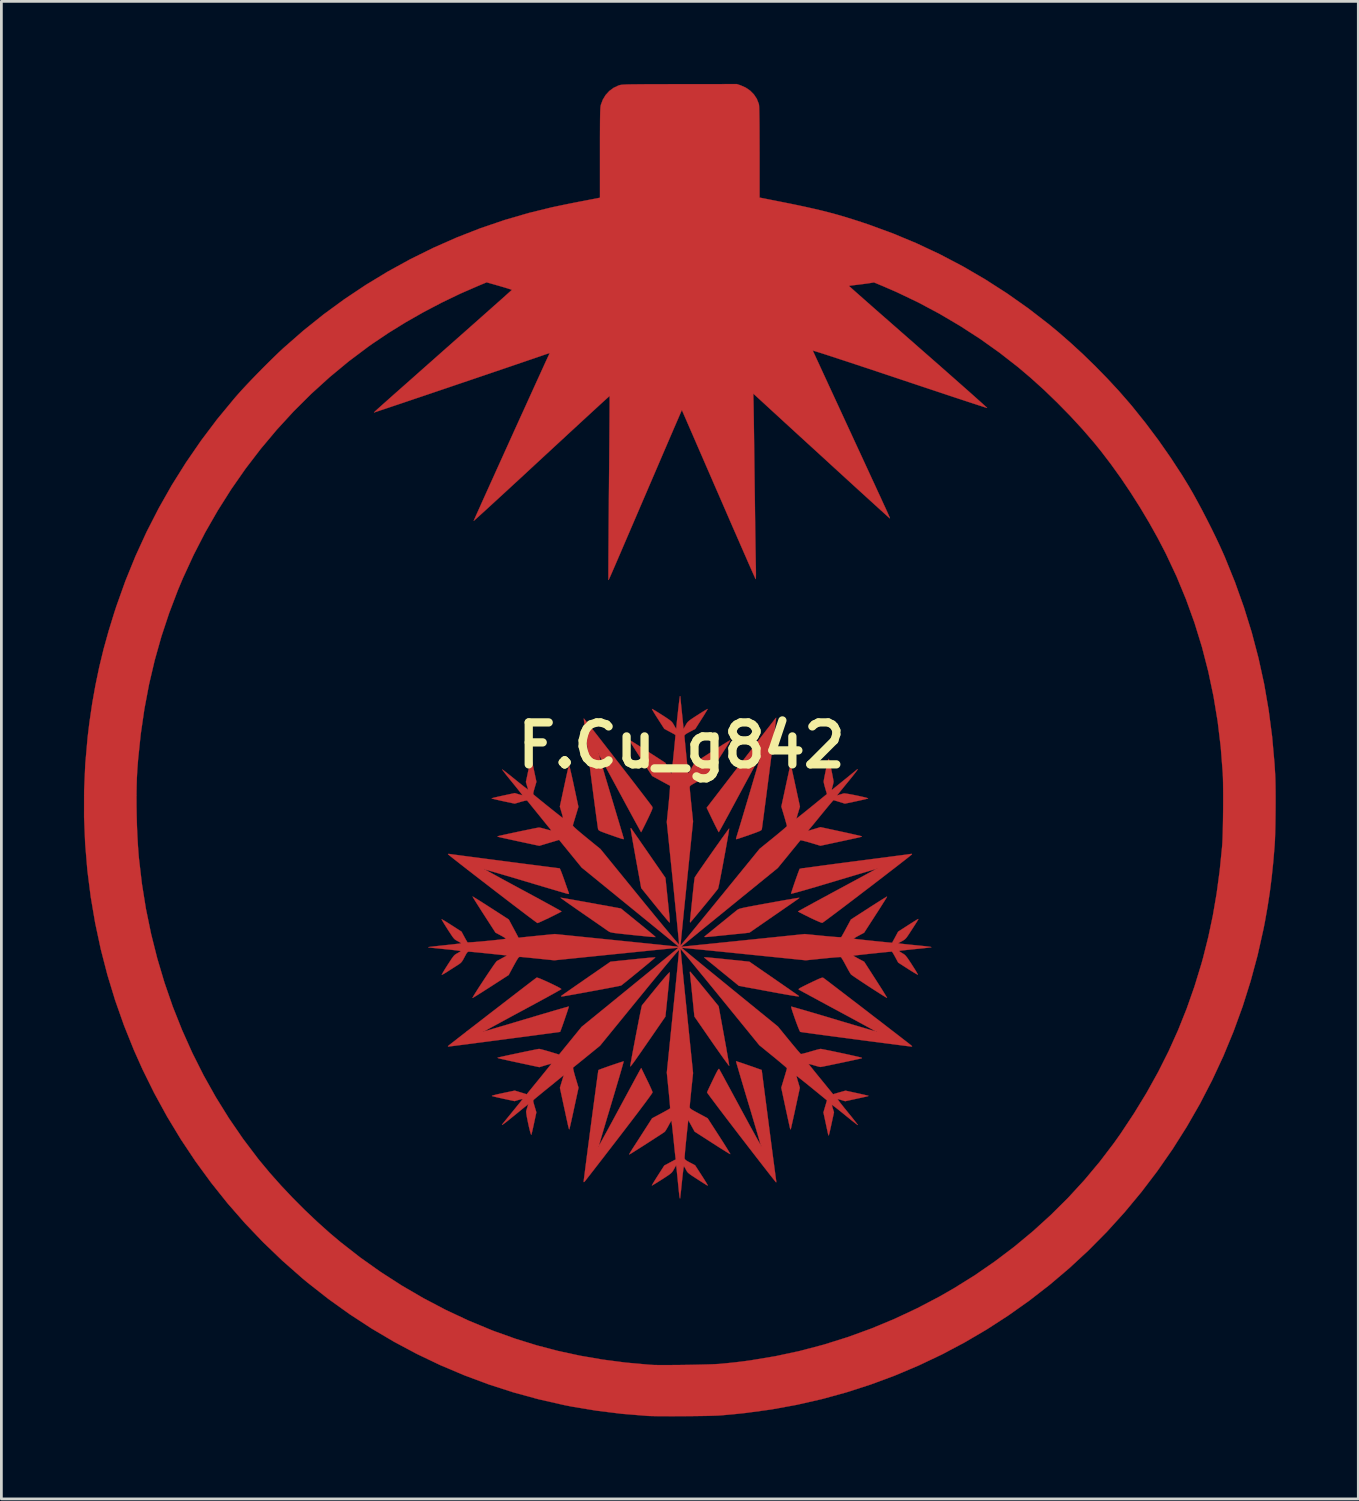
<source format=kicad_pcb>
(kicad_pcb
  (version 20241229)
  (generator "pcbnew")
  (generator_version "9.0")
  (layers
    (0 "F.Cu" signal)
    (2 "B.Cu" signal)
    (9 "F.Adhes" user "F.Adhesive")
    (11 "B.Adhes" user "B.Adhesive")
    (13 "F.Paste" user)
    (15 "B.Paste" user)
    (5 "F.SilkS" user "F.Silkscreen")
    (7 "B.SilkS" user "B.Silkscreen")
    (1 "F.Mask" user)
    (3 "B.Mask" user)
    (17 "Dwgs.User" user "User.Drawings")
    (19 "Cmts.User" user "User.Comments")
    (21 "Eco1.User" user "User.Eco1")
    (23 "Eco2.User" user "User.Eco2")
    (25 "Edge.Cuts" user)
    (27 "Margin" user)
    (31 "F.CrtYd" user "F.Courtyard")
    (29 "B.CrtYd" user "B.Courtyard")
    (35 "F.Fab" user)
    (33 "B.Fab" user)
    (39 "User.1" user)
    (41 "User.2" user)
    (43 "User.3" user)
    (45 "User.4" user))
  (footprint "F.Cu_g842"
    (layer "F.Cu")
    (at 21.712 24.033)
    (property "Reference" "F.Cu_g842" (at 0 0 0) (layer "F.SilkS") (effects (font (size 1.524 1.524) (thickness 0.3))))
    (attr through_hole)
    (fp_poly (pts (xy 0.315 8.222) (xy 0.333 8.241) (xy 0.374 8.289) (xy 0.436 8.362) (xy 0.515 8.458) (xy 0.609 8.571) (xy 0.714 8.699) (xy 0.828 8.838) (xy 0.842 8.855) (xy 1.348 9.475) (xy 1.544 10.547) (xy 1.581 10.755) (xy 1.617 10.95) (xy 1.648 11.129) (xy 1.676 11.288) (xy 1.699 11.422) (xy 1.716 11.528) (xy 1.728 11.602) (xy 1.732 11.639) (xy 1.732 11.642) (xy 1.719 11.63) (xy 1.684 11.586) (xy 1.63 11.513) (xy 1.558 11.415) (xy 1.472 11.295) (xy 1.373 11.155) (xy 1.263 10.999) (xy 1.145 10.83) (xy 1.096 10.759) (xy 0.469 9.852) (xy 0.393 9.101) (xy 0.375 8.924) (xy 0.358 8.758) (xy 0.342 8.609) (xy 0.329 8.48) (xy 0.317 8.379) (xy 0.309 8.309) (xy 0.305 8.279) (xy 0.302 8.232) (xy 0.313 8.221) (xy 0.315 8.222)) (stroke (width 0.01) (type solid)) (fill yes) (layer "F.Cu"))
    (fp_poly (pts (xy 0.905 7.702) (xy 0.974 7.707) (xy 1.07 7.716) (xy 1.197 7.728) (xy 1.357 7.743) (xy 1.554 7.764) (xy 1.65 7.774) (xy 2.464 7.858) (xy 3.354 8.472) (xy 3.527 8.592) (xy 3.69 8.705) (xy 3.839 8.808) (xy 3.971 8.9) (xy 4.083 8.978) (xy 4.171 9.039) (xy 4.231 9.081) (xy 4.262 9.103) (xy 4.264 9.105) (xy 4.27 9.113) (xy 4.262 9.118) (xy 4.239 9.119) (xy 4.196 9.115) (xy 4.133 9.107) (xy 4.045 9.093) (xy 3.93 9.074) (xy 3.784 9.049) (xy 3.606 9.017) (xy 3.392 8.978) (xy 3.14 8.931) (xy 3.123 8.928) (xy 2.086 8.737) (xy 1.461 8.228) (xy 1.321 8.114) (xy 1.192 8.008) (xy 1.076 7.914) (xy 0.978 7.835) (xy 0.902 7.773) (xy 0.851 7.731) (xy 0.828 7.712) (xy 0.827 7.712) (xy 0.824 7.706) (xy 0.833 7.702) (xy 0.859 7.701) (xy 0.905 7.702)) (stroke (width 0.01) (type solid)) (fill yes) (layer "F.Cu"))
    (fp_poly (pts (xy -1.831 3.011) (xy -1.824 3.019) (xy -1.81 3.04) (xy -1.774 3.093) (xy -1.718 3.174) (xy -1.645 3.279) (xy -1.557 3.406) (xy -1.457 3.551) (xy -1.347 3.71) (xy -1.229 3.88) (xy -1.197 3.927) (xy -0.584 4.813) (xy -0.504 5.587) (xy -0.482 5.798) (xy -0.465 5.971) (xy -0.451 6.109) (xy -0.44 6.217) (xy -0.433 6.298) (xy -0.429 6.355) (xy -0.427 6.394) (xy -0.427 6.417) (xy -0.429 6.429) (xy -0.433 6.433) (xy -0.439 6.433) (xy -0.439 6.433) (xy -0.456 6.417) (xy -0.496 6.371) (xy -0.556 6.3) (xy -0.634 6.206) (xy -0.727 6.094) (xy -0.831 5.967) (xy -0.943 5.829) (xy -0.96 5.808) (xy -1.464 5.184) (xy -1.662 4.1) (xy -1.699 3.892) (xy -1.734 3.696) (xy -1.766 3.517) (xy -1.793 3.359) (xy -1.816 3.225) (xy -1.834 3.12) (xy -1.845 3.047) (xy -1.849 3.01) (xy -1.849 3.006) (xy -1.831 3.011)) (stroke (width 0.01) (type solid)) (fill yes) (layer "F.Cu"))
    (fp_poly (pts (xy -0.428 8.249) (xy -0.429 8.278) (xy -0.434 8.344) (xy -0.443 8.443) (xy -0.454 8.569) (xy -0.468 8.717) (xy -0.485 8.883) (xy -0.503 9.061) (xy -0.504 9.07) (xy -0.585 9.853) (xy -1.208 10.757) (xy -1.355 10.969) (xy -1.479 11.149) (xy -1.583 11.297) (xy -1.667 11.417) (xy -1.735 11.511) (xy -1.786 11.58) (xy -1.823 11.627) (xy -1.847 11.654) (xy -1.859 11.664) (xy -1.862 11.658) (xy -1.857 11.616) (xy -1.844 11.539) (xy -1.825 11.432) (xy -1.802 11.3) (xy -1.774 11.148) (xy -1.742 10.98) (xy -1.708 10.8) (xy -1.673 10.615) (xy -1.637 10.428) (xy -1.601 10.244) (xy -1.567 10.068) (xy -1.535 9.905) (xy -1.506 9.76) (xy -1.48 9.637) (xy -1.46 9.54) (xy -1.446 9.476) (xy -1.438 9.448) (xy -1.437 9.447) (xy -1.418 9.422) (xy -1.374 9.368) (xy -1.31 9.288) (xy -1.229 9.188) (xy -1.135 9.071) (xy -1.029 8.941) (xy -0.921 8.808) (xy -0.779 8.635) (xy -0.66 8.493) (xy -0.566 8.383) (xy -0.495 8.304) (xy -0.45 8.259) (xy -0.429 8.247) (xy -0.428 8.249)) (stroke (width 0.01) (type solid)) (fill yes) (layer "F.Cu"))
    (fp_poly (pts (xy -4.376 5.536) (xy -4.317 5.545) (xy -4.223 5.561) (xy -4.1 5.582) (xy -3.951 5.608) (xy -3.779 5.639) (xy -3.589 5.673) (xy -3.385 5.709) (xy -3.297 5.726) (xy -2.203 5.925) (xy -1.625 6.394) (xy -1.488 6.505) (xy -1.36 6.61) (xy -1.244 6.705) (xy -1.146 6.787) (xy -1.068 6.851) (xy -1.016 6.895) (xy -0.995 6.914) (xy -0.943 6.964) (xy -1.027 6.961) (xy -1.068 6.958) (xy -1.145 6.952) (xy -1.253 6.942) (xy -1.387 6.928) (xy -1.541 6.913) (xy -1.709 6.896) (xy -1.845 6.882) (xy -2.041 6.861) (xy -2.198 6.844) (xy -2.323 6.83) (xy -2.42 6.818) (xy -2.493 6.807) (xy -2.547 6.796) (xy -2.587 6.786) (xy -2.617 6.774) (xy -2.642 6.76) (xy -2.667 6.743) (xy -2.671 6.741) (xy -2.707 6.716) (xy -2.774 6.669) (xy -2.867 6.604) (xy -2.984 6.523) (xy -3.12 6.429) (xy -3.271 6.324) (xy -3.434 6.212) (xy -3.583 6.109) (xy -3.749 5.994) (xy -3.902 5.887) (xy -4.041 5.79) (xy -4.162 5.705) (xy -4.262 5.634) (xy -4.336 5.58) (xy -4.383 5.546) (xy -4.398 5.534) (xy -4.376 5.536)) (stroke (width 0.01) (type solid)) (fill yes) (layer "F.Cu"))
    (fp_poly (pts (xy -0.955 7.704) (xy -0.953 7.705) (xy -0.968 7.72) (xy -1.012 7.758) (xy -1.081 7.816) (xy -1.169 7.89) (xy -1.273 7.976) (xy -1.388 8.071) (xy -1.51 8.171) (xy -1.634 8.273) (xy -1.756 8.373) (xy -1.872 8.467) (xy -1.978 8.553) (xy -2.069 8.626) (xy -2.14 8.683) (xy -2.188 8.72) (xy -2.192 8.723) (xy -2.216 8.73) (xy -2.277 8.743) (xy -2.369 8.762) (xy -2.49 8.785) (xy -2.632 8.813) (xy -2.793 8.843) (xy -2.966 8.876) (xy -3.147 8.909) (xy -3.332 8.943) (xy -3.515 8.977) (xy -3.691 9.009) (xy -3.857 9.039) (xy -4.007 9.066) (xy -4.136 9.088) (xy -4.239 9.106) (xy -4.312 9.118) (xy -4.35 9.123) (xy -4.353 9.123) (xy -4.376 9.115) (xy -4.37 9.103) (xy -4.349 9.087) (xy -4.297 9.05) (xy -4.216 8.993) (xy -4.111 8.92) (xy -3.985 8.832) (xy -3.84 8.731) (xy -3.681 8.621) (xy -3.511 8.503) (xy -3.465 8.471) (xy -2.58 7.859) (xy -2.216 7.821) (xy -2.074 7.807) (xy -1.905 7.789) (xy -1.723 7.771) (xy -1.544 7.752) (xy -1.402 7.738) (xy -1.27 7.725) (xy -1.153 7.714) (xy -1.057 7.707) (xy -0.989 7.704) (xy -0.955 7.704)) (stroke (width 0.01) (type solid)) (fill yes) (layer "F.Cu"))
    (fp_poly (pts (xy 4.274 5.537) (xy 4.277 5.538) (xy 4.281 5.539) (xy 4.282 5.541) (xy 4.278 5.546) (xy 4.266 5.556) (xy 4.244 5.572) (xy 4.208 5.598) (xy 4.157 5.634) (xy 4.086 5.683) (xy 3.995 5.747) (xy 3.879 5.827) (xy 3.736 5.926) (xy 3.564 6.045) (xy 3.365 6.182) (xy 2.466 6.804) (xy 1.704 6.883) (xy 1.526 6.901) (xy 1.36 6.918) (xy 1.21 6.933) (xy 1.081 6.946) (xy 0.98 6.955) (xy 0.91 6.961) (xy 0.879 6.963) (xy 0.838 6.961) (xy 0.834 6.95) (xy 0.847 6.935) (xy 0.87 6.916) (xy 0.921 6.874) (xy 0.998 6.812) (xy 1.095 6.733) (xy 1.208 6.64) (xy 1.335 6.537) (xy 1.47 6.428) (xy 1.609 6.315) (xy 1.749 6.201) (xy 1.885 6.091) (xy 2.004 5.995) (xy 2.025 5.979) (xy 2.045 5.965) (xy 2.07 5.952) (xy 2.102 5.939) (xy 2.146 5.926) (xy 2.204 5.911) (xy 2.281 5.894) (xy 2.38 5.874) (xy 2.504 5.85) (xy 2.658 5.821) (xy 2.844 5.787) (xy 3.067 5.746) (xy 3.179 5.726) (xy 3.388 5.688) (xy 3.583 5.653) (xy 3.763 5.621) (xy 3.921 5.594) (xy 4.055 5.571) (xy 4.16 5.553) (xy 4.233 5.542) (xy 4.27 5.537) (xy 4.274 5.537)) (stroke (width 0.01) (type solid)) (fill yes) (layer "F.Cu"))
    (fp_poly (pts (xy 1.729 3.048) (xy 1.72 3.111) (xy 1.705 3.207) (xy 1.684 3.329) (xy 1.659 3.474) (xy 1.63 3.636) (xy 1.599 3.811) (xy 1.565 3.994) (xy 1.531 4.18) (xy 1.497 4.365) (xy 1.463 4.543) (xy 1.431 4.709) (xy 1.402 4.86) (xy 1.376 4.989) (xy 1.355 5.093) (xy 1.338 5.166) (xy 1.328 5.204) (xy 1.326 5.208) (xy 1.297 5.246) (xy 1.247 5.31) (xy 1.179 5.394) (xy 1.098 5.495) (xy 1.006 5.608) (xy 0.908 5.728) (xy 0.806 5.851) (xy 0.706 5.973) (xy 0.609 6.089) (xy 0.521 6.195) (xy 0.444 6.287) (xy 0.381 6.361) (xy 0.338 6.411) (xy 0.317 6.434) (xy 0.315 6.435) (xy 0.307 6.416) (xy 0.308 6.372) (xy 0.309 6.366) (xy 0.313 6.329) (xy 0.321 6.255) (xy 0.332 6.15) (xy 0.346 6.02) (xy 0.361 5.868) (xy 0.379 5.701) (xy 0.393 5.558) (xy 0.411 5.385) (xy 0.428 5.225) (xy 0.444 5.083) (xy 0.457 4.964) (xy 0.469 4.874) (xy 0.477 4.816) (xy 0.481 4.796) (xy 0.51 4.751) (xy 0.557 4.68) (xy 0.622 4.585) (xy 0.7 4.471) (xy 0.79 4.342) (xy 0.887 4.202) (xy 0.991 4.054) (xy 1.097 3.902) (xy 1.203 3.751) (xy 1.307 3.604) (xy 1.406 3.465) (xy 1.496 3.338) (xy 1.576 3.228) (xy 1.641 3.137) (xy 1.691 3.07) (xy 1.721 3.03) (xy 1.73 3.021) (xy 1.729 3.048)) (stroke (width 0.01) (type solid)) (fill yes) (layer "F.Cu"))
    (fp_poly (pts (xy 2.001 11.48) (xy 2.057 11.497) (xy 2.14 11.524) (xy 2.247 11.56) (xy 2.371 11.603) (xy 2.45 11.63) (xy 2.913 11.793) (xy 3.173 13.797) (xy 3.21 14.084) (xy 3.246 14.359) (xy 3.28 14.62) (xy 3.312 14.864) (xy 3.341 15.087) (xy 3.368 15.287) (xy 3.391 15.461) (xy 3.41 15.605) (xy 3.425 15.718) (xy 3.436 15.795) (xy 3.442 15.834) (xy 3.443 15.838) (xy 3.443 15.869) (xy 3.436 15.875) (xy 3.42 15.859) (xy 3.381 15.811) (xy 3.32 15.734) (xy 3.238 15.631) (xy 3.138 15.503) (xy 3.021 15.353) (xy 2.889 15.183) (xy 2.743 14.995) (xy 2.586 14.792) (xy 2.42 14.577) (xy 2.401 14.552) (xy 2.879 14.552) (xy 2.889 14.563) (xy 2.9 14.552) (xy 2.889 14.541) (xy 2.879 14.552) (xy 2.401 14.552) (xy 2.245 14.35) (xy 2.169 14.252) (xy 1.992 14.021) (xy 1.823 13.8) (xy 1.662 13.59) (xy 1.513 13.394) (xy 1.377 13.215) (xy 1.256 13.054) (xy 1.151 12.914) (xy 1.064 12.798) (xy 0.997 12.707) (xy 0.951 12.643) (xy 0.929 12.61) (xy 0.927 12.606) (xy 0.938 12.581) (xy 0.964 12.524) (xy 1.003 12.44) (xy 1.053 12.335) (xy 1.11 12.216) (xy 1.139 12.155) (xy 1.208 12.012) (xy 1.262 11.903) (xy 1.303 11.827) (xy 1.332 11.779) (xy 1.352 11.756) (xy 1.365 11.755) (xy 1.367 11.757) (xy 1.38 11.78) (xy 1.412 11.838) (xy 1.461 11.926) (xy 1.525 12.043) (xy 1.602 12.186) (xy 1.691 12.35) (xy 1.791 12.534) (xy 1.899 12.735) (xy 2.015 12.948) (xy 2.127 13.157) (xy 2.247 13.379) (xy 2.361 13.589) (xy 2.467 13.785) (xy 2.565 13.963) (xy 2.652 14.121) (xy 2.726 14.256) (xy 2.787 14.365) (xy 2.833 14.445) (xy 2.861 14.494) (xy 2.871 14.508) (xy 2.866 14.485) (xy 2.85 14.425) (xy 2.823 14.331) (xy 2.787 14.205) (xy 2.743 14.052) (xy 2.69 13.875) (xy 2.631 13.676) (xy 2.567 13.459) (xy 2.498 13.227) (xy 2.425 12.986) (xy 2.352 12.743) (xy 2.283 12.512) (xy 2.219 12.296) (xy 2.16 12.098) (xy 2.108 11.922) (xy 2.064 11.771) (xy 2.028 11.647) (xy 2.001 11.555) (xy 1.985 11.496) (xy 1.98 11.475) (xy 1.98 11.475) (xy 2.001 11.48)) (stroke (width 0.01) (type solid)) (fill yes) (layer "F.Cu"))
    (fp_poly (pts (xy -2.106 11.502) (xy -2.122 11.56) (xy -2.148 11.653) (xy -2.183 11.777) (xy -2.227 11.929) (xy -2.279 12.105) (xy -2.338 12.303) (xy -2.402 12.52) (xy -2.471 12.752) (xy -2.544 12.996) (xy -2.548 13.009) (xy -2.621 13.254) (xy -2.691 13.486) (xy -2.755 13.703) (xy -2.814 13.902) (xy -2.867 14.08) (xy -2.912 14.233) (xy -2.948 14.358) (xy -2.975 14.452) (xy -2.992 14.513) (xy -2.997 14.536) (xy -2.997 14.536) (xy -2.986 14.519) (xy -2.957 14.467) (xy -2.911 14.384) (xy -2.85 14.273) (xy -2.775 14.136) (xy -2.687 13.976) (xy -2.59 13.796) (xy -2.483 13.6) (xy -2.37 13.389) (xy -2.264 13.193) (xy -2.144 12.97) (xy -2.029 12.757) (xy -1.921 12.557) (xy -1.822 12.374) (xy -1.733 12.209) (xy -1.656 12.066) (xy -1.592 11.949) (xy -1.544 11.861) (xy -1.513 11.804) (xy -1.501 11.782) (xy -1.464 11.722) (xy -1.26 12.142) (xy -1.199 12.267) (xy -1.146 12.381) (xy -1.102 12.478) (xy -1.07 12.552) (xy -1.054 12.596) (xy -1.052 12.605) (xy -1.064 12.629) (xy -1.102 12.685) (xy -1.163 12.772) (xy -1.249 12.889) (xy -1.356 13.034) (xy -1.486 13.206) (xy -1.635 13.404) (xy -1.805 13.627) (xy -1.993 13.873) (xy -2.199 14.142) (xy -2.262 14.224) (xy -2.438 14.452) (xy -2.607 14.671) (xy -2.767 14.879) (xy -2.916 15.072) (xy -3.054 15.25) (xy -3.177 15.409) (xy -3.284 15.547) (xy -3.373 15.661) (xy -3.442 15.75) (xy -3.49 15.811) (xy -3.514 15.84) (xy -3.516 15.843) (xy -3.545 15.868) (xy -3.555 15.86) (xy -3.556 15.853) (xy -3.553 15.823) (xy -3.545 15.755) (xy -3.532 15.653) (xy -3.515 15.52) (xy -3.495 15.36) (xy -3.471 15.176) (xy -3.445 14.971) (xy -3.416 14.751) (xy -3.393 14.573) (xy -3.027 14.573) (xy -3.016 14.584) (xy -3.006 14.573) (xy -3.016 14.563) (xy -3.027 14.573) (xy -3.393 14.573) (xy -3.386 14.516) (xy -3.353 14.273) (xy -3.321 14.022) (xy -3.287 13.77) (xy -3.254 13.518) (xy -3.221 13.27) (xy -3.189 13.03) (xy -3.158 12.801) (xy -3.129 12.587) (xy -3.103 12.391) (xy -3.079 12.217) (xy -3.059 12.069) (xy -3.042 11.949) (xy -3.03 11.861) (xy -3.022 11.809) (xy -3.019 11.796) (xy -2.995 11.785) (xy -2.939 11.763) (xy -2.857 11.733) (xy -2.756 11.697) (xy -2.644 11.657) (xy -2.527 11.617) (xy -2.411 11.578) (xy -2.305 11.542) (xy -2.214 11.513) (xy -2.146 11.492) (xy -2.107 11.481) (xy -2.101 11.481) (xy -2.106 11.502)) (stroke (width 0.01) (type solid)) (fill yes) (layer "F.Cu"))
    (fp_poly (pts (xy 3.437 -1.004) (xy 3.437 -1.001) (xy 3.437 -0.996) (xy 3.437 -0.993) (xy 3.437 -0.993) (xy 3.435 -0.972) (xy 3.428 -0.912) (xy 3.417 -0.817) (xy 3.401 -0.691) (xy 3.382 -0.537) (xy 3.359 -0.358) (xy 3.334 -0.158) (xy 3.307 0.059) (xy 3.277 0.29) (xy 3.246 0.532) (xy 3.214 0.781) (xy 3.182 1.033) (xy 3.149 1.285) (xy 3.117 1.534) (xy 3.086 1.776) (xy 3.056 2.008) (xy 3.027 2.225) (xy 3.001 2.425) (xy 2.978 2.604) (xy 2.957 2.759) (xy 2.94 2.886) (xy 2.927 2.981) (xy 2.919 3.042) (xy 2.918 3.045) (xy 2.912 3.063) (xy 2.896 3.08) (xy 2.866 3.099) (xy 2.816 3.122) (xy 2.742 3.152) (xy 2.639 3.19) (xy 2.501 3.239) (xy 2.466 3.251) (xy 2.336 3.297) (xy 2.218 3.337) (xy 2.12 3.37) (xy 2.046 3.394) (xy 2.003 3.406) (xy 1.996 3.408) (xy 1.981 3.395) (xy 1.989 3.354) (xy 1.99 3.35) (xy 2.007 3.297) (xy 2.033 3.211) (xy 2.068 3.096) (xy 2.111 2.955) (xy 2.16 2.792) (xy 2.214 2.612) (xy 2.272 2.417) (xy 2.333 2.212) (xy 2.396 2.001) (xy 2.459 1.788) (xy 2.522 1.576) (xy 2.583 1.369) (xy 2.641 1.171) (xy 2.696 0.987) (xy 2.745 0.819) (xy 2.787 0.672) (xy 2.823 0.55) (xy 2.85 0.456) (xy 2.867 0.394) (xy 2.873 0.369) (xy 2.873 0.368) (xy 2.862 0.385) (xy 2.833 0.437) (xy 2.786 0.519) (xy 2.725 0.631) (xy 2.649 0.769) (xy 2.562 0.929) (xy 2.464 1.11) (xy 2.357 1.307) (xy 2.242 1.52) (xy 2.122 1.743) (xy 2.115 1.756) (xy 1.994 1.981) (xy 1.879 2.194) (xy 1.771 2.394) (xy 1.673 2.576) (xy 1.584 2.739) (xy 1.508 2.879) (xy 1.445 2.993) (xy 1.397 3.079) (xy 1.366 3.133) (xy 1.354 3.153) (xy 1.354 3.153) (xy 1.342 3.135) (xy 1.314 3.084) (xy 1.274 3.006) (xy 1.223 2.905) (xy 1.165 2.787) (xy 1.128 2.71) (xy 0.914 2.266) (xy 2.164 0.641) (xy 2.373 0.368) (xy 2.404 0.328) (xy 2.879 0.328) (xy 2.889 0.339) (xy 2.9 0.328) (xy 2.889 0.318) (xy 2.879 0.328) (xy 2.404 0.328) (xy 2.559 0.127) (xy 2.722 -0.085) (xy 2.863 -0.269) (xy 2.984 -0.427) (xy 3.087 -0.561) (xy 3.174 -0.672) (xy 3.245 -0.764) (xy 3.302 -0.838) (xy 3.346 -0.895) (xy 3.38 -0.938) (xy 3.404 -0.968) (xy 3.421 -0.988) (xy 3.431 -0.999) (xy 3.436 -1.004) (xy 3.437 -1.004)) (stroke (width 0.01) (type solid)) (fill yes) (layer "F.Cu"))
    (fp_poly (pts (xy 8.373 3.955) (xy 8.373 3.956) (xy 8.353 3.975) (xy 8.301 4.017) (xy 8.223 4.08) (xy 8.118 4.162) (xy 7.992 4.26) (xy 7.846 4.374) (xy 7.684 4.499) (xy 7.507 4.635) (xy 7.32 4.78) (xy 7.124 4.93) (xy 6.924 5.084) (xy 6.72 5.239) (xy 6.517 5.394) (xy 6.317 5.547) (xy 6.123 5.694) (xy 5.938 5.835) (xy 5.765 5.966) (xy 5.606 6.086) (xy 5.464 6.192) (xy 5.342 6.283) (xy 5.244 6.356) (xy 5.171 6.409) (xy 5.126 6.44) (xy 5.114 6.448) (xy 5.082 6.44) (xy 5.019 6.417) (xy 4.931 6.379) (xy 4.823 6.331) (xy 4.702 6.274) (xy 4.651 6.249) (xy 4.53 6.189) (xy 4.422 6.135) (xy 4.334 6.09) (xy 4.27 6.056) (xy 4.237 6.037) (xy 4.234 6.033) (xy 4.252 6.022) (xy 4.305 5.992) (xy 4.389 5.945) (xy 4.502 5.882) (xy 4.641 5.807) (xy 4.802 5.718) (xy 4.984 5.62) (xy 5.183 5.512) (xy 5.397 5.396) (xy 5.622 5.275) (xy 5.65 5.26) (xy 5.876 5.138) (xy 6.091 5.022) (xy 6.292 4.914) (xy 6.475 4.815) (xy 6.639 4.726) (xy 6.78 4.649) (xy 6.896 4.586) (xy 6.983 4.538) (xy 7.039 4.507) (xy 7.061 4.494) (xy 7.062 4.493) (xy 7.041 4.499) (xy 6.983 4.515) (xy 6.891 4.542) (xy 6.768 4.578) (xy 6.616 4.623) (xy 6.44 4.675) (xy 6.242 4.734) (xy 6.025 4.799) (xy 5.793 4.868) (xy 5.548 4.942) (xy 5.518 4.951) (xy 5.198 5.046) (xy 4.914 5.131) (xy 4.666 5.203) (xy 4.456 5.264) (xy 4.283 5.313) (xy 4.148 5.35) (xy 4.053 5.374) (xy 3.996 5.386) (xy 3.979 5.386) (xy 3.986 5.358) (xy 4.005 5.299) (xy 4.033 5.214) (xy 4.067 5.111) (xy 4.106 4.997) (xy 4.147 4.879) (xy 4.188 4.765) (xy 4.225 4.661) (xy 4.257 4.575) (xy 4.28 4.514) (xy 4.293 4.485) (xy 4.294 4.484) (xy 4.316 4.479) (xy 4.332 4.477) (xy 7.091 4.477) (xy 7.101 4.487) (xy 7.112 4.477) (xy 7.101 4.466) (xy 7.091 4.477) (xy 4.332 4.477) (xy 4.378 4.469) (xy 4.476 4.455) (xy 4.607 4.437) (xy 4.768 4.415) (xy 4.956 4.389) (xy 5.169 4.36) (xy 5.404 4.329) (xy 5.657 4.295) (xy 5.926 4.26) (xy 6.208 4.223) (xy 6.287 4.213) (xy 6.572 4.176) (xy 6.847 4.14) (xy 7.108 4.106) (xy 7.351 4.075) (xy 7.575 4.045) (xy 7.775 4.019) (xy 7.949 3.996) (xy 8.094 3.977) (xy 8.206 3.962) (xy 8.284 3.951) (xy 8.323 3.945) (xy 8.326 3.945) (xy 8.368 3.941) (xy 8.373 3.955)) (stroke (width 0.01) (type solid)) (fill yes) (layer "F.Cu"))
    (fp_poly (pts (xy -5.236 8.44) (xy -5.18 8.459) (xy -5.099 8.491) (xy -5.002 8.533) (xy -4.893 8.582) (xy -4.779 8.635) (xy -4.668 8.688) (xy -4.565 8.739) (xy -4.477 8.784) (xy -4.411 8.821) (xy -4.373 8.847) (xy -4.367 8.856) (xy -4.386 8.869) (xy -4.439 8.9) (xy -4.525 8.948) (xy -4.638 9.012) (xy -4.778 9.089) (xy -4.94 9.178) (xy -5.122 9.277) (xy -5.321 9.385) (xy -5.535 9.501) (xy -5.759 9.622) (xy -5.772 9.629) (xy -5.997 9.75) (xy -6.21 9.865) (xy -6.409 9.973) (xy -6.591 10.072) (xy -6.753 10.16) (xy -6.893 10.236) (xy -7.007 10.298) (xy -7.092 10.345) (xy -7.146 10.376) (xy -7.166 10.388) (xy -7.166 10.388) (xy -7.145 10.383) (xy -7.087 10.367) (xy -6.995 10.34) (xy -6.872 10.304) (xy -6.72 10.259) (xy -6.544 10.207) (xy -6.346 10.149) (xy -6.13 10.084) (xy -5.898 10.015) (xy -5.654 9.942) (xy -5.632 9.936) (xy -5.387 9.863) (xy -5.154 9.793) (xy -4.936 9.729) (xy -4.736 9.67) (xy -4.557 9.617) (xy -4.403 9.573) (xy -4.276 9.536) (xy -4.181 9.51) (xy -4.119 9.493) (xy -4.095 9.488) (xy -4.094 9.488) (xy -4.099 9.509) (xy -4.115 9.563) (xy -4.141 9.643) (xy -4.174 9.742) (xy -4.212 9.854) (xy -4.252 9.971) (xy -4.292 10.087) (xy -4.33 10.195) (xy -4.364 10.288) (xy -4.39 10.358) (xy -4.407 10.4) (xy -4.411 10.409) (xy -4.433 10.412) (xy -4.492 10.421) (xy -4.587 10.434) (xy -4.713 10.451) (xy -4.867 10.471) (xy -5.046 10.495) (xy -5.246 10.522) (xy -5.463 10.551) (xy -5.695 10.582) (xy -5.936 10.613) (xy -6.185 10.646) (xy -6.438 10.68) (xy -6.69 10.713) (xy -6.939 10.745) (xy -7.181 10.777) (xy -7.413 10.807) (xy -7.631 10.836) (xy -7.831 10.862) (xy -8.011 10.885) (xy -8.166 10.905) (xy -8.293 10.921) (xy -8.389 10.933) (xy -8.45 10.941) (xy -8.472 10.943) (xy -8.487 10.928) (xy -8.487 10.927) (xy -8.47 10.913) (xy -8.423 10.875) (xy -8.348 10.816) (xy -8.247 10.738) (xy -8.125 10.642) (xy -7.982 10.531) (xy -7.823 10.408) (xy -7.818 10.403) (xy -7.218 10.403) (xy -7.207 10.414) (xy -7.197 10.403) (xy -7.207 10.393) (xy -7.218 10.403) (xy -7.818 10.403) (xy -7.65 10.273) (xy -7.466 10.131) (xy -7.273 9.982) (xy -7.075 9.828) (xy -6.874 9.673) (xy -6.672 9.518) (xy -6.474 9.365) (xy -6.281 9.216) (xy -6.097 9.074) (xy -5.924 8.941) (xy -5.764 8.818) (xy -5.622 8.709) (xy -5.499 8.615) (xy -5.398 8.538) (xy -5.323 8.481) (xy -5.275 8.446) (xy -5.262 8.437) (xy -5.236 8.44)) (stroke (width 0.01) (type solid)) (fill yes) (layer "F.Cu"))
    (fp_poly (pts (xy -8.432 3.945) (xy -8.404 3.949) (xy -8.338 3.958) (xy -8.237 3.972) (xy -8.105 3.989) (xy -7.945 4.011) (xy -7.762 4.035) (xy -7.559 4.061) (xy -7.338 4.09) (xy -7.105 4.121) (xy -6.861 4.153) (xy -6.612 4.185) (xy -6.36 4.218) (xy -6.109 4.251) (xy -5.863 4.283) (xy -5.624 4.314) (xy -5.398 4.343) (xy -5.186 4.37) (xy -4.993 4.395) (xy -4.823 4.417) (xy -4.679 4.435) (xy -4.564 4.45) (xy -4.481 4.46) (xy -4.436 4.465) (xy -4.428 4.466) (xy -4.416 4.485) (xy -4.392 4.539) (xy -4.359 4.62) (xy -4.32 4.725) (xy -4.276 4.846) (xy -4.259 4.895) (xy -4.214 5.024) (xy -4.173 5.141) (xy -4.138 5.24) (xy -4.111 5.315) (xy -4.096 5.358) (xy -4.094 5.364) (xy -4.088 5.391) (xy -4.107 5.397) (xy -4.14 5.392) (xy -4.17 5.384) (xy -4.237 5.365) (xy -4.338 5.335) (xy -4.47 5.297) (xy -4.628 5.25) (xy -4.81 5.196) (xy -5.012 5.136) (xy -5.232 5.071) (xy -5.464 5.001) (xy -5.659 4.943) (xy -5.898 4.871) (xy -6.126 4.803) (xy -6.338 4.741) (xy -6.531 4.684) (xy -6.703 4.633) (xy -6.85 4.591) (xy -6.969 4.557) (xy -7.057 4.532) (xy -7.11 4.518) (xy -7.125 4.515) (xy -7.109 4.526) (xy -7.058 4.556) (xy -6.975 4.602) (xy -6.863 4.664) (xy -6.726 4.739) (xy -6.566 4.827) (xy -6.386 4.925) (xy -6.188 5.032) (xy -5.976 5.147) (xy -5.753 5.267) (xy -5.747 5.27) (xy -5.523 5.391) (xy -5.311 5.506) (xy -5.112 5.614) (xy -4.931 5.713) (xy -4.769 5.801) (xy -4.63 5.878) (xy -4.517 5.941) (xy -4.432 5.989) (xy -4.379 6.019) (xy -4.36 6.032) (xy -4.36 6.032) (xy -4.378 6.045) (xy -4.428 6.073) (xy -4.504 6.112) (xy -4.598 6.16) (xy -4.704 6.212) (xy -4.815 6.267) (xy -4.926 6.319) (xy -5.029 6.368) (xy -5.117 6.408) (xy -5.185 6.438) (xy -5.226 6.453) (xy -5.233 6.455) (xy -5.253 6.442) (xy -5.305 6.405) (xy -5.385 6.346) (xy -5.492 6.266) (xy -5.623 6.168) (xy -5.775 6.052) (xy -5.947 5.921) (xy -6.137 5.777) (xy -6.341 5.621) (xy -6.557 5.455) (xy -6.784 5.281) (xy -6.869 5.215) (xy -7.098 5.038) (xy -7.318 4.869) (xy -7.526 4.708) (xy -7.719 4.558) (xy -7.796 4.498) (xy -7.176 4.498) (xy -7.165 4.508) (xy -7.154 4.498) (xy -7.165 4.487) (xy -7.176 4.498) (xy -7.796 4.498) (xy -7.897 4.42) (xy -8.055 4.297) (xy -8.192 4.189) (xy -8.306 4.1) (xy -8.393 4.03) (xy -8.453 3.982) (xy -8.482 3.957) (xy -8.485 3.955) (xy -8.474 3.942) (xy -8.432 3.945)) (stroke (width 0.01) (type solid)) (fill yes) (layer "F.Cu"))
    (fp_poly (pts (xy 5.15 8.445) (xy 5.174 8.462) (xy 5.229 8.503) (xy 5.311 8.565) (xy 5.418 8.647) (xy 5.547 8.745) (xy 5.695 8.859) (xy 5.86 8.985) (xy 6.037 9.121) (xy 6.225 9.265) (xy 6.421 9.415) (xy 6.622 9.569) (xy 6.824 9.725) (xy 7.025 9.88) (xy 7.223 10.031) (xy 7.413 10.178) (xy 7.594 10.318) (xy 7.762 10.447) (xy 7.915 10.565) (xy 8.049 10.669) (xy 8.163 10.757) (xy 8.252 10.826) (xy 8.314 10.875) (xy 8.346 10.901) (xy 8.35 10.904) (xy 8.378 10.932) (xy 8.372 10.941) (xy 8.339 10.941) (xy 8.311 10.938) (xy 8.244 10.93) (xy 8.141 10.917) (xy 8.005 10.9) (xy 7.839 10.878) (xy 7.646 10.853) (xy 7.429 10.825) (xy 7.191 10.794) (xy 6.935 10.761) (xy 6.664 10.726) (xy 6.381 10.688) (xy 6.316 10.68) (xy 6.032 10.642) (xy 5.759 10.606) (xy 5.501 10.572) (xy 5.26 10.54) (xy 5.04 10.51) (xy 4.843 10.484) (xy 4.673 10.46) (xy 4.532 10.441) (xy 4.424 10.426) (xy 4.351 10.415) (xy 4.316 10.409) (xy 4.314 10.409) (xy 4.31 10.403) (xy 7.07 10.403) (xy 7.08 10.414) (xy 7.091 10.403) (xy 7.08 10.393) (xy 7.07 10.403) (xy 4.31 10.403) (xy 4.299 10.387) (xy 4.274 10.332) (xy 4.241 10.251) (xy 4.202 10.151) (xy 4.16 10.039) (xy 4.118 9.921) (xy 4.078 9.806) (xy 4.041 9.698) (xy 4.012 9.607) (xy 3.992 9.538) (xy 3.984 9.498) (xy 3.985 9.491) (xy 4.007 9.495) (xy 4.066 9.51) (xy 4.159 9.536) (xy 4.283 9.572) (xy 4.435 9.615) (xy 4.612 9.667) (xy 4.81 9.725) (xy 5.027 9.789) (xy 5.259 9.858) (xy 5.503 9.931) (xy 5.516 9.935) (xy 5.761 10.009) (xy 5.993 10.078) (xy 6.21 10.143) (xy 6.409 10.202) (xy 6.587 10.254) (xy 6.74 10.299) (xy 6.865 10.336) (xy 6.959 10.363) (xy 7.019 10.38) (xy 7.042 10.385) (xy 7.042 10.385) (xy 7.025 10.374) (xy 6.973 10.345) (xy 6.89 10.299) (xy 6.779 10.238) (xy 6.641 10.163) (xy 6.481 10.076) (xy 6.301 9.978) (xy 6.104 9.871) (xy 5.892 9.757) (xy 5.678 9.641) (xy 5.454 9.521) (xy 5.241 9.406) (xy 5.041 9.298) (xy 4.857 9.198) (xy 4.692 9.109) (xy 4.55 9.032) (xy 4.433 8.969) (xy 4.345 8.92) (xy 4.288 8.889) (xy 4.266 8.876) (xy 4.256 8.866) (xy 4.258 8.853) (xy 4.276 8.836) (xy 4.315 8.812) (xy 4.377 8.778) (xy 4.468 8.732) (xy 4.591 8.671) (xy 4.668 8.634) (xy 4.812 8.565) (xy 4.924 8.513) (xy 5.007 8.476) (xy 5.066 8.453) (xy 5.107 8.441) (xy 5.134 8.439) (xy 5.15 8.445)) (stroke (width 0.01) (type solid)) (fill yes) (layer "F.Cu"))
    (fp_poly (pts (xy -3.537 -0.965) (xy -3.5 -0.92) (xy -3.442 -0.847) (xy -3.364 -0.749) (xy -3.269 -0.629) (xy -3.159 -0.489) (xy -3.036 -0.331) (xy -2.903 -0.16) (xy -2.76 0.023) (xy -2.612 0.214) (xy -2.459 0.411) (xy -2.304 0.611) (xy -2.149 0.811) (xy -1.996 1.009) (xy -1.847 1.201) (xy -1.705 1.385) (xy -1.572 1.559) (xy -1.449 1.719) (xy -1.339 1.862) (xy -1.245 1.986) (xy -1.167 2.088) (xy -1.109 2.166) (xy -1.073 2.216) (xy -1.062 2.231) (xy -1.055 2.249) (xy -1.054 2.272) (xy -1.062 2.307) (xy -1.081 2.358) (xy -1.112 2.429) (xy -1.157 2.527) (xy -1.218 2.656) (xy -1.247 2.715) (xy -1.308 2.84) (xy -1.363 2.951) (xy -1.409 3.043) (xy -1.443 3.11) (xy -1.464 3.148) (xy -1.468 3.154) (xy -1.479 3.136) (xy -1.509 3.083) (xy -1.555 2.999) (xy -1.617 2.886) (xy -1.693 2.748) (xy -1.781 2.586) (xy -1.879 2.405) (xy -1.987 2.206) (xy -2.102 1.993) (xy -2.223 1.768) (xy -2.235 1.747) (xy -2.356 1.522) (xy -2.472 1.308) (xy -2.58 1.108) (xy -2.679 0.925) (xy -2.768 0.763) (xy -2.845 0.623) (xy -2.908 0.508) (xy -2.955 0.422) (xy -2.986 0.367) (xy -2.999 0.347) (xy -2.999 0.346) (xy -2.994 0.367) (xy -2.978 0.425) (xy -2.952 0.518) (xy -2.916 0.641) (xy -2.871 0.793) (xy -2.819 0.969) (xy -2.761 1.167) (xy -2.696 1.383) (xy -2.627 1.614) (xy -2.554 1.858) (xy -2.551 1.869) (xy -2.477 2.114) (xy -2.408 2.346) (xy -2.343 2.563) (xy -2.283 2.763) (xy -2.23 2.94) (xy -2.185 3.093) (xy -2.147 3.219) (xy -2.12 3.313) (xy -2.102 3.374) (xy -2.096 3.397) (xy -2.095 3.397) (xy -2.1 3.404) (xy -2.117 3.405) (xy -2.15 3.398) (xy -2.205 3.382) (xy -2.284 3.356) (xy -2.394 3.319) (xy -2.537 3.268) (xy -2.582 3.253) (xy -2.724 3.202) (xy -2.832 3.163) (xy -2.91 3.133) (xy -2.963 3.109) (xy -2.997 3.089) (xy -3.017 3.071) (xy -3.027 3.051) (xy -3.032 3.037) (xy -3.037 3.006) (xy -3.047 2.937) (xy -3.062 2.833) (xy -3.08 2.699) (xy -3.102 2.538) (xy -3.127 2.354) (xy -3.154 2.149) (xy -3.183 1.928) (xy -3.214 1.693) (xy -3.245 1.45) (xy -3.278 1.2) (xy -3.31 0.948) (xy -3.343 0.697) (xy -3.374 0.451) (xy -3.393 0.307) (xy -3.027 0.307) (xy -3.016 0.318) (xy -3.006 0.307) (xy -3.016 0.296) (xy -3.027 0.307) (xy -3.393 0.307) (xy -3.405 0.213) (xy -3.433 -0.014) (xy -3.46 -0.225) (xy -3.484 -0.417) (xy -3.505 -0.587) (xy -3.523 -0.73) (xy -3.537 -0.845) (xy -3.546 -0.926) (xy -3.55 -0.971) (xy -3.551 -0.979) (xy -3.537 -0.965)) (stroke (width 0.01) (type solid)) (fill yes) (layer "F.Cu"))
    (fp_poly (pts (xy 2.149 -23.982) (xy 2.333 -23.9) (xy 2.495 -23.789) (xy 2.631 -23.651) (xy 2.736 -23.492) (xy 2.805 -23.317) (xy 2.814 -23.282) (xy 2.818 -23.241) (xy 2.822 -23.159) (xy 2.825 -23.037) (xy 2.828 -22.877) (xy 2.831 -22.679) (xy 2.833 -22.446) (xy 2.834 -22.177) (xy 2.835 -21.875) (xy 2.836 -21.546) (xy 2.836 -19.904) (xy 3.709 -19.731) (xy 4.101 -19.652) (xy 4.457 -19.577) (xy 4.784 -19.504) (xy 5.091 -19.432) (xy 5.382 -19.358) (xy 5.666 -19.281) (xy 5.948 -19.198) (xy 6.236 -19.109) (xy 6.537 -19.012) (xy 6.802 -18.923) (xy 7.678 -18.602) (xy 8.541 -18.242) (xy 9.39 -17.843) (xy 10.222 -17.406) (xy 11.035 -16.932) (xy 11.828 -16.423) (xy 12.598 -15.88) (xy 13.345 -15.303) (xy 13.674 -15.031) (xy 14.125 -14.638) (xy 14.581 -14.219) (xy 15.031 -13.781) (xy 15.469 -13.333) (xy 15.887 -12.882) (xy 16.275 -12.437) (xy 16.375 -12.319) (xy 16.86 -11.714) (xy 17.328 -11.09) (xy 17.771 -10.456) (xy 18.185 -9.822) (xy 18.431 -9.419) (xy 18.583 -9.157) (xy 18.745 -8.863) (xy 18.914 -8.548) (xy 19.084 -8.22) (xy 19.252 -7.888) (xy 19.412 -7.561) (xy 19.56 -7.247) (xy 19.691 -6.956) (xy 19.743 -6.837) (xy 20.11 -5.93) (xy 20.435 -5.017) (xy 20.72 -4.098) (xy 20.964 -3.17) (xy 21.169 -2.232) (xy 21.333 -1.281) (xy 21.459 -0.317) (xy 21.546 0.663) (xy 21.571 1.079) (xy 21.577 1.228) (xy 21.581 1.411) (xy 21.584 1.621) (xy 21.585 1.851) (xy 21.585 2.095) (xy 21.584 2.346) (xy 21.581 2.597) (xy 21.578 2.842) (xy 21.573 3.073) (xy 21.567 3.283) (xy 21.56 3.467) (xy 21.551 3.617) (xy 21.549 3.651) (xy 21.5 4.24) (xy 21.442 4.798) (xy 21.374 5.337) (xy 21.292 5.867) (xy 21.198 6.401) (xy 21.145 6.672) (xy 20.932 7.622) (xy 20.679 8.56) (xy 20.388 9.484) (xy 20.057 10.393) (xy 19.688 11.286) (xy 19.281 12.161) (xy 18.838 13.018) (xy 18.358 13.854) (xy 17.842 14.67) (xy 17.291 15.463) (xy 16.705 16.233) (xy 16.094 16.968) (xy 15.454 17.674) (xy 14.787 18.348) (xy 14.094 18.99) (xy 13.376 19.599) (xy 12.634 20.175) (xy 11.87 20.716) (xy 11.085 21.224) (xy 10.28 21.696) (xy 9.456 22.132) (xy 8.615 22.531) (xy 7.757 22.894) (xy 6.884 23.218) (xy 5.996 23.505) (xy 5.096 23.752) (xy 4.184 23.96) (xy 3.262 24.128) (xy 2.33 24.255) (xy 2.021 24.288) (xy 1.878 24.302) (xy 1.723 24.316) (xy 1.572 24.33) (xy 1.444 24.341) (xy 1.418 24.343) (xy 1.329 24.349) (xy 1.203 24.354) (xy 1.046 24.359) (xy 0.863 24.363) (xy 0.66 24.366) (xy 0.443 24.369) (xy 0.217 24.371) (xy -0.013 24.373) (xy -0.24 24.374) (xy -0.459 24.374) (xy -0.664 24.373) (xy -0.85 24.372) (xy -1.012 24.369) (xy -1.144 24.366) (xy -1.238 24.362) (xy -2.175 24.285) (xy -3.089 24.172) (xy -3.982 24.024) (xy -4.265 23.968) (xy -5.193 23.757) (xy -6.107 23.507) (xy -7.006 23.217) (xy -7.891 22.887) (xy -8.759 22.52) (xy -9.611 22.113) (xy -10.444 21.669) (xy -11.259 21.188) (xy -12.054 20.669) (xy -12.829 20.114) (xy -13.582 19.523) (xy -13.79 19.35) (xy -14.511 18.715) (xy -15.203 18.051) (xy -15.864 17.358) (xy -16.494 16.637) (xy -17.092 15.888) (xy -17.658 15.113) (xy -18.191 14.313) (xy -18.69 13.488) (xy -19.155 12.639) (xy -19.585 11.768) (xy -19.894 11.076) (xy -20.255 10.178) (xy -20.577 9.265) (xy -20.859 8.34) (xy -21.101 7.403) (xy -21.303 6.457) (xy -21.465 5.503) (xy -21.587 4.543) (xy -21.667 3.578) (xy -21.707 2.609) (xy -21.706 1.829) (xy -19.803 1.829) (xy -19.802 2.189) (xy -19.796 2.559) (xy -19.786 2.93) (xy -19.77 3.295) (xy -19.75 3.645) (xy -19.726 3.973) (xy -19.715 4.096) (xy -19.607 5.022) (xy -19.46 5.939) (xy -19.273 6.846) (xy -19.048 7.742) (xy -18.785 8.624) (xy -18.485 9.491) (xy -18.147 10.341) (xy -17.774 11.174) (xy -17.365 11.988) (xy -16.921 12.78) (xy -16.443 13.55) (xy -15.931 14.296) (xy -15.386 15.017) (xy -15.328 15.089) (xy -14.957 15.535) (xy -14.554 15.988) (xy -14.127 16.441) (xy -13.683 16.886) (xy -13.228 17.317) (xy -12.772 17.725) (xy -12.391 18.046) (xy -11.675 18.605) (xy -10.932 19.132) (xy -10.163 19.627) (xy -9.373 20.087) (xy -8.564 20.512) (xy -7.738 20.899) (xy -6.899 21.247) (xy -6.795 21.287) (xy -6.03 21.56) (xy -5.259 21.799) (xy -4.478 22.004) (xy -3.683 22.175) (xy -2.869 22.315) (xy -2.034 22.424) (xy -1.172 22.502) (xy -1.079 22.508) (xy -0.998 22.512) (xy -0.88 22.514) (xy -0.73 22.515) (xy -0.556 22.515) (xy -0.362 22.514) (xy -0.154 22.513) (xy 0.062 22.51) (xy 0.28 22.507) (xy 0.495 22.503) (xy 0.702 22.498) (xy 0.893 22.493) (xy 1.065 22.488) (xy 1.21 22.482) (xy 1.323 22.476) (xy 1.386 22.472) (xy 1.612 22.45) (xy 1.805 22.431) (xy 1.978 22.412) (xy 2.139 22.393) (xy 2.3 22.372) (xy 2.472 22.349) (xy 2.529 22.34) (xy 3.417 22.192) (xy 4.3 22.002) (xy 5.175 21.771) (xy 6.041 21.499) (xy 6.896 21.188) (xy 7.738 20.838) (xy 8.566 20.449) (xy 9.379 20.023) (xy 9.906 19.72) (xy 10.657 19.252) (xy 11.385 18.749) (xy 12.091 18.215) (xy 12.77 17.651) (xy 13.422 17.058) (xy 14.045 16.439) (xy 14.636 15.796) (xy 15.194 15.129) (xy 15.717 14.442) (xy 15.953 14.108) (xy 16.448 13.36) (xy 16.903 12.614) (xy 17.319 11.865) (xy 17.699 11.109) (xy 18.044 10.342) (xy 18.356 9.561) (xy 18.637 8.761) (xy 18.889 7.938) (xy 18.951 7.715) (xy 19.141 6.959) (xy 19.305 6.184) (xy 19.442 5.385) (xy 19.553 4.56) (xy 19.639 3.704) (xy 19.644 3.641) (xy 19.652 3.521) (xy 19.659 3.365) (xy 19.665 3.179) (xy 19.67 2.969) (xy 19.674 2.742) (xy 19.677 2.504) (xy 19.68 2.261) (xy 19.681 2.019) (xy 19.681 1.785) (xy 19.679 1.564) (xy 19.677 1.363) (xy 19.673 1.188) (xy 19.667 1.046) (xy 19.666 1.016) (xy 19.593 0.066) (xy 19.481 -0.868) (xy 19.329 -1.787) (xy 19.138 -2.691) (xy 18.909 -3.578) (xy 18.64 -4.45) (xy 18.332 -5.305) (xy 17.985 -6.144) (xy 17.599 -6.966) (xy 17.58 -7.003) (xy 17.297 -7.547) (xy 16.989 -8.097) (xy 16.662 -8.646) (xy 16.319 -9.186) (xy 15.966 -9.711) (xy 15.606 -10.213) (xy 15.245 -10.686) (xy 14.985 -11.007) (xy 14.565 -11.493) (xy 14.116 -11.98) (xy 13.646 -12.459) (xy 13.165 -12.923) (xy 12.68 -13.361) (xy 12.234 -13.739) (xy 11.56 -14.265) (xy 10.855 -14.767) (xy 10.122 -15.241) (xy 9.368 -15.686) (xy 8.597 -16.097) (xy 7.813 -16.472) (xy 7.312 -16.689) (xy 6.994 -16.822) (xy 6.822 -16.794) (xy 6.732 -16.781) (xy 6.615 -16.765) (xy 6.487 -16.749) (xy 6.371 -16.735) (xy 6.267 -16.722) (xy 6.179 -16.711) (xy 6.116 -16.702) (xy 6.085 -16.696) (xy 6.084 -16.695) (xy 6.098 -16.681) (xy 6.144 -16.64) (xy 6.217 -16.574) (xy 6.317 -16.485) (xy 6.443 -16.374) (xy 6.592 -16.242) (xy 6.762 -16.092) (xy 6.953 -15.924) (xy 7.162 -15.74) (xy 7.388 -15.542) (xy 7.629 -15.331) (xy 7.883 -15.108) (xy 8.148 -14.875) (xy 8.424 -14.634) (xy 8.602 -14.477) (xy 8.883 -14.231) (xy 9.155 -13.993) (xy 9.416 -13.764) (xy 9.664 -13.545) (xy 9.899 -13.338) (xy 10.117 -13.145) (xy 10.319 -12.967) (xy 10.501 -12.806) (xy 10.662 -12.662) (xy 10.801 -12.538) (xy 10.916 -12.435) (xy 11.005 -12.354) (xy 11.067 -12.298) (xy 11.1 -12.266) (xy 11.104 -12.26) (xy 11.082 -12.266) (xy 11.022 -12.285) (xy 10.925 -12.316) (xy 10.796 -12.358) (xy 10.634 -12.411) (xy 10.444 -12.473) (xy 10.226 -12.545) (xy 9.983 -12.625) (xy 9.718 -12.713) (xy 9.431 -12.809) (xy 9.127 -12.91) (xy 8.805 -13.017) (xy 8.47 -13.129) (xy 8.123 -13.245) (xy 7.919 -13.313) (xy 7.567 -13.431) (xy 7.225 -13.545) (xy 6.897 -13.655) (xy 6.584 -13.758) (xy 6.289 -13.856) (xy 6.014 -13.947) (xy 5.76 -14.03) (xy 5.531 -14.106) (xy 5.327 -14.172) (xy 5.152 -14.229) (xy 5.007 -14.275) (xy 4.894 -14.31) (xy 4.816 -14.334) (xy 4.775 -14.345) (xy 4.769 -14.346) (xy 4.779 -14.324) (xy 4.805 -14.266) (xy 4.848 -14.173) (xy 4.905 -14.049) (xy 4.977 -13.894) (xy 5.061 -13.711) (xy 5.157 -13.503) (xy 5.264 -13.271) (xy 5.381 -13.017) (xy 5.508 -12.743) (xy 5.642 -12.453) (xy 5.784 -12.146) (xy 5.931 -11.827) (xy 6.084 -11.496) (xy 6.149 -11.356) (xy 6.336 -10.95) (xy 6.507 -10.582) (xy 6.661 -10.248) (xy 6.8 -9.947) (xy 6.924 -9.678) (xy 7.035 -9.439) (xy 7.132 -9.227) (xy 7.218 -9.043) (xy 7.291 -8.882) (xy 7.354 -8.745) (xy 7.408 -8.629) (xy 7.452 -8.532) (xy 7.488 -8.453) (xy 7.516 -8.39) (xy 7.537 -8.341) (xy 7.553 -8.305) (xy 7.563 -8.279) (xy 7.57 -8.263) (xy 7.572 -8.254) (xy 7.572 -8.25) (xy 7.569 -8.251) (xy 7.566 -8.253) (xy 7.562 -8.257) (xy 7.559 -8.258) (xy 7.541 -8.273) (xy 7.494 -8.315) (xy 7.42 -8.382) (xy 7.32 -8.472) (xy 7.196 -8.585) (xy 7.05 -8.717) (xy 6.884 -8.869) (xy 6.699 -9.037) (xy 6.498 -9.22) (xy 6.282 -9.417) (xy 6.053 -9.626) (xy 5.813 -9.846) (xy 5.564 -10.073) (xy 5.308 -10.308) (xy 5.046 -10.548) (xy 4.78 -10.791) (xy 4.512 -11.036) (xy 4.244 -11.281) (xy 3.978 -11.525) (xy 3.715 -11.766) (xy 3.458 -12.002) (xy 3.208 -12.231) (xy 2.967 -12.453) (xy 2.886 -12.527) (xy 2.608 -12.782) (xy 2.617 -12.429) (xy 2.618 -12.361) (xy 2.62 -12.255) (xy 2.622 -12.112) (xy 2.625 -11.936) (xy 2.628 -11.731) (xy 2.631 -11.498) (xy 2.635 -11.242) (xy 2.638 -10.965) (xy 2.642 -10.671) (xy 2.646 -10.363) (xy 2.65 -10.044) (xy 2.654 -9.716) (xy 2.656 -9.567) (xy 2.66 -9.233) (xy 2.665 -8.903) (xy 2.669 -8.581) (xy 2.673 -8.269) (xy 2.677 -7.971) (xy 2.681 -7.691) (xy 2.685 -7.432) (xy 2.688 -7.197) (xy 2.692 -6.99) (xy 2.695 -6.814) (xy 2.697 -6.672) (xy 2.699 -6.568) (xy 2.7 -6.54) (xy 2.703 -6.368) (xy 2.704 -6.23) (xy 2.703 -6.129) (xy 2.7 -6.066) (xy 2.694 -6.042) (xy 2.692 -6.043) (xy 2.682 -6.065) (xy 2.655 -6.123) (xy 2.614 -6.216) (xy 2.558 -6.341) (xy 2.489 -6.497) (xy 2.408 -6.681) (xy 2.316 -6.892) (xy 2.213 -7.127) (xy 2.101 -7.384) (xy 1.98 -7.661) (xy 1.851 -7.955) (xy 1.716 -8.266) (xy 1.575 -8.591) (xy 1.429 -8.927) (xy 1.344 -9.123) (xy 1.195 -9.464) (xy 1.052 -9.795) (xy 0.913 -10.113) (xy 0.782 -10.416) (xy 0.657 -10.703) (xy 0.541 -10.97) (xy 0.434 -11.217) (xy 0.337 -11.44) (xy 0.251 -11.638) (xy 0.177 -11.809) (xy 0.115 -11.951) (xy 0.067 -12.061) (xy 0.034 -12.137) (xy 0.016 -12.178) (xy 0.013 -12.185) (xy 0.004 -12.167) (xy -0.02 -12.111) (xy -0.059 -12.021) (xy -0.112 -11.898) (xy -0.178 -11.745) (xy -0.257 -11.563) (xy -0.346 -11.356) (xy -0.446 -11.124) (xy -0.555 -10.87) (xy -0.673 -10.596) (xy -0.798 -10.304) (xy -0.93 -9.996) (xy -1.068 -9.675) (xy -1.211 -9.343) (xy -1.258 -9.232) (xy -1.437 -8.817) (xy -1.599 -8.439) (xy -1.746 -8.096) (xy -1.879 -7.787) (xy -1.998 -7.51) (xy -2.104 -7.263) (xy -2.197 -7.045) (xy -2.28 -6.853) (xy -2.352 -6.686) (xy -2.413 -6.543) (xy -2.466 -6.422) (xy -2.51 -6.32) (xy -2.547 -6.236) (xy -2.576 -6.169) (xy -2.6 -6.116) (xy -2.618 -6.076) (xy -2.631 -6.048) (xy -2.641 -6.029) (xy -2.647 -6.017) (xy -2.651 -6.012) (xy -2.653 -6.011) (xy -2.655 -6.012) (xy -2.656 -6.015) (xy -2.657 -6.015) (xy -2.658 -6.037) (xy -2.658 -6.099) (xy -2.658 -6.199) (xy -2.658 -6.334) (xy -2.657 -6.502) (xy -2.656 -6.702) (xy -2.655 -6.93) (xy -2.653 -7.185) (xy -2.651 -7.464) (xy -2.649 -7.765) (xy -2.647 -8.085) (xy -2.644 -8.423) (xy -2.641 -8.776) (xy -2.638 -9.142) (xy -2.636 -9.356) (xy -2.633 -9.728) (xy -2.629 -10.089) (xy -2.626 -10.436) (xy -2.624 -10.766) (xy -2.621 -11.079) (xy -2.619 -11.37) (xy -2.617 -11.639) (xy -2.615 -11.882) (xy -2.614 -12.098) (xy -2.613 -12.285) (xy -2.612 -12.439) (xy -2.612 -12.559) (xy -2.612 -12.643) (xy -2.613 -12.688) (xy -2.613 -12.695) (xy -2.629 -12.682) (xy -2.674 -12.641) (xy -2.748 -12.575) (xy -2.847 -12.485) (xy -2.971 -12.372) (xy -3.117 -12.237) (xy -3.285 -12.083) (xy -3.472 -11.911) (xy -3.676 -11.723) (xy -3.897 -11.519) (xy -4.133 -11.302) (xy -4.381 -11.072) (xy -4.64 -10.833) (xy -4.909 -10.584) (xy -5.081 -10.425) (xy -5.355 -10.172) (xy -5.62 -9.926) (xy -5.875 -9.69) (xy -6.119 -9.466) (xy -6.349 -9.253) (xy -6.565 -9.055) (xy -6.763 -8.873) (xy -6.943 -8.708) (xy -7.103 -8.561) (xy -7.242 -8.435) (xy -7.356 -8.331) (xy -7.446 -8.249) (xy -7.51 -8.193) (xy -7.545 -8.163) (xy -7.551 -8.158) (xy -7.543 -8.178) (xy -7.519 -8.233) (xy -7.48 -8.322) (xy -7.426 -8.442) (xy -7.359 -8.591) (xy -7.281 -8.766) (xy -7.192 -8.964) (xy -7.093 -9.183) (xy -6.986 -9.421) (xy -6.871 -9.674) (xy -6.751 -9.941) (xy -6.625 -10.219) (xy -6.495 -10.506) (xy -6.363 -10.798) (xy -6.229 -11.094) (xy -6.095 -11.391) (xy -5.961 -11.686) (xy -5.829 -11.977) (xy -5.699 -12.261) (xy -5.574 -12.537) (xy -5.454 -12.801) (xy -5.341 -13.05) (xy -5.235 -13.283) (xy -5.137 -13.497) (xy -5.049 -13.69) (xy -4.973 -13.858) (xy -4.908 -13.999) (xy -4.856 -14.112) (xy -4.818 -14.192) (xy -4.796 -14.239) (xy -4.791 -14.248) (xy -4.807 -14.248) (xy -4.854 -14.235) (xy -4.925 -14.212) (xy -4.99 -14.19) (xy -5.081 -14.158) (xy -5.204 -14.116) (xy -5.357 -14.063) (xy -5.538 -14.002) (xy -5.742 -13.932) (xy -5.969 -13.855) (xy -6.214 -13.771) (xy -6.476 -13.682) (xy -6.753 -13.588) (xy -7.04 -13.49) (xy -7.336 -13.39) (xy -7.639 -13.287) (xy -7.944 -13.184) (xy -8.251 -13.08) (xy -8.556 -12.976) (xy -8.856 -12.875) (xy -9.15 -12.775) (xy -9.434 -12.679) (xy -9.705 -12.588) (xy -9.962 -12.501) (xy -10.201 -12.42) (xy -10.42 -12.347) (xy -10.616 -12.281) (xy -10.787 -12.223) (xy -10.93 -12.176) (xy -11.042 -12.138) (xy -11.121 -12.112) (xy -11.164 -12.098) (xy -11.172 -12.096) (xy -11.172 -12.098) (xy -11.168 -12.103) (xy -11.159 -12.113) (xy -11.144 -12.127) (xy -11.122 -12.149) (xy -11.09 -12.177) (xy -11.049 -12.215) (xy -10.996 -12.263) (xy -10.93 -12.322) (xy -10.851 -12.393) (xy -10.756 -12.477) (xy -10.644 -12.577) (xy -10.515 -12.692) (xy -10.366 -12.824) (xy -10.196 -12.974) (xy -10.005 -13.143) (xy -9.79 -13.333) (xy -9.551 -13.545) (xy -9.286 -13.78) (xy -8.994 -14.038) (xy -8.674 -14.322) (xy -8.324 -14.631) (xy -8.139 -14.795) (xy -7.891 -15.014) (xy -7.653 -15.225) (xy -7.426 -15.426) (xy -7.211 -15.617) (xy -7.011 -15.794) (xy -6.827 -15.958) (xy -6.662 -16.104) (xy -6.517 -16.233) (xy -6.394 -16.343) (xy -6.296 -16.431) (xy -6.224 -16.496) (xy -6.179 -16.536) (xy -6.165 -16.55) (xy -6.183 -16.559) (xy -6.236 -16.578) (xy -6.318 -16.604) (xy -6.425 -16.637) (xy -6.549 -16.673) (xy -6.62 -16.694) (xy -7.08 -16.825) (xy -7.366 -16.706) (xy -8.037 -16.414) (xy -8.708 -16.091) (xy -9.372 -15.743) (xy -10.02 -15.374) (xy -10.645 -14.988) (xy -11.237 -14.59) (xy -11.37 -14.496) (xy -12.091 -13.955) (xy -12.785 -13.38) (xy -13.454 -12.773) (xy -14.095 -12.135) (xy -14.707 -11.468) (xy -15.29 -10.773) (xy -15.843 -10.051) (xy -16.364 -9.303) (xy -16.852 -8.531) (xy -17.308 -7.736) (xy -17.728 -6.919) (xy -18.114 -6.081) (xy -18.299 -5.641) (xy -18.617 -4.805) (xy -18.898 -3.957) (xy -19.141 -3.095) (xy -19.347 -2.217) (xy -19.516 -1.322) (xy -19.649 -0.408) (xy -19.746 0.527) (xy -19.773 0.889) (xy -19.789 1.171) (xy -19.798 1.487) (xy -19.803 1.829) (xy -21.706 1.829) (xy -21.705 1.64) (xy -21.663 0.671) (xy -21.578 -0.297) (xy -21.514 -0.826) (xy -21.412 -1.522) (xy -21.293 -2.192) (xy -21.156 -2.848) (xy -20.998 -3.5) (xy -20.815 -4.158) (xy -20.607 -4.832) (xy -20.533 -5.059) (xy -20.206 -5.975) (xy -19.84 -6.875) (xy -19.436 -7.756) (xy -18.995 -8.617) (xy -18.518 -9.459) (xy -18.004 -10.278) (xy -17.455 -11.076) (xy -16.872 -11.85) (xy -16.253 -12.599) (xy -16.138 -12.732) (xy -15.995 -12.892) (xy -15.826 -13.074) (xy -15.639 -13.272) (xy -15.439 -13.479) (xy -15.233 -13.689) (xy -15.026 -13.896) (xy -14.826 -14.092) (xy -14.639 -14.273) (xy -14.47 -14.431) (xy -14.452 -14.447) (xy -13.745 -15.066) (xy -13.012 -15.654) (xy -12.255 -16.208) (xy -11.476 -16.728) (xy -10.677 -17.213) (xy -9.858 -17.663) (xy -9.023 -18.076) (xy -8.172 -18.452) (xy -7.308 -18.79) (xy -6.431 -19.088) (xy -5.544 -19.346) (xy -4.725 -19.547) (xy -4.576 -19.579) (xy -4.399 -19.616) (xy -4.205 -19.656) (xy -4.008 -19.696) (xy -3.82 -19.733) (xy -3.74 -19.749) (xy -3.586 -19.778) (xy -3.44 -19.806) (xy -3.308 -19.832) (xy -3.198 -19.853) (xy -3.116 -19.869) (xy -3.074 -19.877) (xy -2.963 -19.9) (xy -2.963 -21.524) (xy -2.963 -21.831) (xy -2.963 -22.099) (xy -2.962 -22.331) (xy -2.961 -22.529) (xy -2.96 -22.696) (xy -2.958 -22.836) (xy -2.956 -22.951) (xy -2.953 -23.043) (xy -2.95 -23.117) (xy -2.946 -23.174) (xy -2.941 -23.219) (xy -2.935 -23.253) (xy -2.931 -23.272) (xy -2.861 -23.46) (xy -2.758 -23.63) (xy -2.625 -23.776) (xy -2.468 -23.892) (xy -2.292 -23.975) (xy -2.265 -23.983) (xy -2.243 -23.99) (xy -2.217 -23.996) (xy -2.187 -24.001) (xy -2.148 -24.005) (xy -2.099 -24.009) (xy -2.036 -24.012) (xy -1.958 -24.015) (xy -1.861 -24.017) (xy -1.743 -24.019) (xy -1.602 -24.02) (xy -1.434 -24.022) (xy -1.237 -24.023) (xy -1.009 -24.023) (xy -0.747 -24.024) (xy -0.448 -24.025) (xy -0.109 -24.025) (xy -0.064 -24.025) (xy 2.011 -24.028) (xy 2.149 -23.982)) (stroke (width 0.01) (type solid)) (fill yes) (layer "F.Cu"))
    (fp_poly (pts (xy -0.046 -1.785) (xy -0.041 -1.755) (xy -0.039 -1.721) (xy -0.032 -1.65) (xy -0.023 -1.551) (xy -0.01 -1.427) (xy 0.004 -1.287) (xy 0.018 -1.154) (xy 0.075 -0.603) (xy 0.153 -0.739) (xy 0.18 -0.787) (xy 0.207 -0.826) (xy 0.239 -0.862) (xy 0.281 -0.899) (xy 0.34 -0.943) (xy 0.42 -0.997) (xy 0.528 -1.068) (xy 0.585 -1.104) (xy 0.693 -1.173) (xy 0.789 -1.233) (xy 0.867 -1.28) (xy 0.922 -1.312) (xy 0.947 -1.324) (xy 0.948 -1.323) (xy 0.94 -1.304) (xy 0.912 -1.254) (xy 0.868 -1.18) (xy 0.811 -1.086) (xy 0.743 -0.979) (xy 0.729 -0.957) (xy 0.5 -0.599) (xy 0.303 -0.495) (xy 0.211 -0.445) (xy 0.152 -0.408) (xy 0.119 -0.378) (xy 0.107 -0.352) (xy 0.106 -0.345) (xy 0.108 -0.315) (xy 0.114 -0.251) (xy 0.122 -0.156) (xy 0.134 -0.039) (xy 0.146 0.096) (xy 0.161 0.24) (xy 0.175 0.389) (xy 0.19 0.536) (xy 0.204 0.674) (xy 0.216 0.797) (xy 0.227 0.9) (xy 0.235 0.974) (xy 0.239 1.005) (xy 0.25 1.009) (xy 0.278 0.975) (xy 0.324 0.903) (xy 0.36 0.839) (xy 0.476 0.63) (xy 1.122 0.213) (xy 1.269 0.118) (xy 1.406 0.032) (xy 1.526 -0.044) (xy 1.627 -0.106) (xy 1.705 -0.153) (xy 1.755 -0.181) (xy 1.774 -0.189) (xy 1.774 -0.189) (xy 1.764 -0.168) (xy 1.734 -0.116) (xy 1.686 -0.036) (xy 1.622 0.067) (xy 1.545 0.189) (xy 1.458 0.326) (xy 1.365 0.471) (xy 0.95 1.115) (xy 0.623 1.29) (xy 0.505 1.353) (xy 0.42 1.4) (xy 0.362 1.435) (xy 0.325 1.462) (xy 0.306 1.485) (xy 0.298 1.506) (xy 0.297 1.531) (xy 0.297 1.531) (xy 0.299 1.57) (xy 0.306 1.644) (xy 0.315 1.748) (xy 0.327 1.875) (xy 0.342 2.019) (xy 0.358 2.175) (xy 0.358 2.18) (xy 0.419 2.762) (xy 0.189 5.015) (xy 0.158 5.32) (xy 0.128 5.612) (xy 0.1 5.889) (xy 0.074 6.149) (xy 0.05 6.389) (xy 0.028 6.606) (xy 0.009 6.798) (xy -0.007 6.96) (xy -0.02 7.092) (xy -0.029 7.19) (xy -0.035 7.251) (xy -0.036 7.273) (xy -0.036 7.273) (xy -0.023 7.258) (xy 0.016 7.212) (xy 0.078 7.137) (xy 0.162 7.036) (xy 0.265 6.91) (xy 0.386 6.762) (xy 0.524 6.594) (xy 0.676 6.408) (xy 0.841 6.206) (xy 1.017 5.991) (xy 1.203 5.763) (xy 1.396 5.526) (xy 1.403 5.518) (xy 2.838 3.757) (xy 3.334 3.355) (xy 3.458 3.254) (xy 3.571 3.16) (xy 3.669 3.078) (xy 3.747 3.011) (xy 3.802 2.962) (xy 3.829 2.935) (xy 3.831 2.931) (xy 3.825 2.904) (xy 3.809 2.844) (xy 3.785 2.758) (xy 3.755 2.653) (xy 3.729 2.565) (xy 3.627 2.222) (xy 3.781 1.508) (xy 3.825 1.303) (xy 3.862 1.135) (xy 3.891 1.001) (xy 3.913 0.898) (xy 3.931 0.821) (xy 3.943 0.766) (xy 3.952 0.731) (xy 3.958 0.71) (xy 3.963 0.701) (xy 3.966 0.7) (xy 3.968 0.701) (xy 3.974 0.723) (xy 3.988 0.782) (xy 4.008 0.872) (xy 4.035 0.99) (xy 4.066 1.131) (xy 4.101 1.29) (xy 4.138 1.463) (xy 4.139 1.467) (xy 4.303 2.225) (xy 4.238 2.44) (xy 4.211 2.528) (xy 4.191 2.6) (xy 4.179 2.646) (xy 4.177 2.66) (xy 4.193 2.648) (xy 4.239 2.612) (xy 4.31 2.556) (xy 4.403 2.482) (xy 4.512 2.394) (xy 4.636 2.294) (xy 4.732 2.216) (xy 5.284 1.767) (xy 5.225 1.566) (xy 5.199 1.475) (xy 5.179 1.394) (xy 5.167 1.336) (xy 5.165 1.317) (xy 5.169 1.28) (xy 5.181 1.211) (xy 5.199 1.117) (xy 5.221 1.008) (xy 5.245 0.892) (xy 5.269 0.778) (xy 5.292 0.675) (xy 5.312 0.591) (xy 5.326 0.534) (xy 5.332 0.519) (xy 5.346 0.488) (xy 5.355 0.497) (xy 5.361 0.519) (xy 5.374 0.568) (xy 5.392 0.646) (xy 5.413 0.745) (xy 5.437 0.856) (xy 5.461 0.972) (xy 5.483 1.083) (xy 5.502 1.182) (xy 5.516 1.26) (xy 5.524 1.308) (xy 5.524 1.317) (xy 5.518 1.362) (xy 5.502 1.431) (xy 5.484 1.499) (xy 5.465 1.569) (xy 5.46 1.609) (xy 5.468 1.613) (xy 5.494 1.593) (xy 5.547 1.55) (xy 5.622 1.49) (xy 5.713 1.416) (xy 5.815 1.333) (xy 5.921 1.247) (xy 6.028 1.161) (xy 6.128 1.079) (xy 6.216 1.007) (xy 6.288 0.949) (xy 6.336 0.909) (xy 6.355 0.893) (xy 6.39 0.866) (xy 6.4 0.868) (xy 6.383 0.899) (xy 6.34 0.96) (xy 6.269 1.051) (xy 6.172 1.174) (xy 6.093 1.271) (xy 5.999 1.386) (xy 5.911 1.494) (xy 5.833 1.59) (xy 5.769 1.669) (xy 5.725 1.723) (xy 5.711 1.74) (xy 5.649 1.819) (xy 5.751 1.788) (xy 5.82 1.767) (xy 5.88 1.749) (xy 5.898 1.744) (xy 5.93 1.745) (xy 5.993 1.753) (xy 6.08 1.767) (xy 6.184 1.786) (xy 6.297 1.808) (xy 6.413 1.832) (xy 6.523 1.856) (xy 6.623 1.879) (xy 6.703 1.899) (xy 6.758 1.915) (xy 6.779 1.926) (xy 6.779 1.927) (xy 6.754 1.936) (xy 6.694 1.951) (xy 6.606 1.972) (xy 6.496 1.997) (xy 6.371 2.024) (xy 6.35 2.029) (xy 5.937 2.116) (xy 5.736 2.053) (xy 5.65 2.026) (xy 5.579 2.005) (xy 5.533 1.992) (xy 5.521 1.99) (xy 5.505 2.006) (xy 5.466 2.05) (xy 5.407 2.119) (xy 5.332 2.208) (xy 5.245 2.314) (xy 5.149 2.431) (xy 5.142 2.439) (xy 5.04 2.564) (xy 4.942 2.684) (xy 4.852 2.794) (xy 4.776 2.887) (xy 4.717 2.958) (xy 4.683 2.999) (xy 4.591 3.108) (xy 5.049 2.97) (xy 5.793 3.131) (xy 5.965 3.168) (xy 6.123 3.203) (xy 6.263 3.235) (xy 6.381 3.262) (xy 6.471 3.283) (xy 6.529 3.298) (xy 6.55 3.305) (xy 6.552 3.309) (xy 6.547 3.314) (xy 6.532 3.32) (xy 6.503 3.329) (xy 6.457 3.341) (xy 6.39 3.357) (xy 6.298 3.377) (xy 6.178 3.403) (xy 6.027 3.436) (xy 5.841 3.476) (xy 5.662 3.514) (xy 5.048 3.646) (xy 4.689 3.538) (xy 4.573 3.504) (xy 4.471 3.477) (xy 4.39 3.457) (xy 4.337 3.447) (xy 4.319 3.447) (xy 4.303 3.467) (xy 4.264 3.516) (xy 4.204 3.589) (xy 4.129 3.682) (xy 4.039 3.791) (xy 3.94 3.913) (xy 3.902 3.96) (xy 3.496 4.456) (xy 1.74 5.884) (xy 1.503 6.077) (xy 1.275 6.263) (xy 1.059 6.439) (xy 0.857 6.603) (xy 0.67 6.755) (xy 0.502 6.893) (xy 0.354 7.014) (xy 0.227 7.117) (xy 0.125 7.201) (xy 0.05 7.263) (xy 0.003 7.302) (xy -0.013 7.315) (xy -0.013 7.315) (xy 0.008 7.314) (xy 0.068 7.308) (xy 0.165 7.298) (xy 0.296 7.285) (xy 0.458 7.268) (xy 0.648 7.249) (xy 0.865 7.227) (xy 1.104 7.203) (xy 1.363 7.176) (xy 1.64 7.148) (xy 1.932 7.118) (xy 2.233 7.087) (xy 4.477 6.855) (xy 5.132 6.92) (xy 5.294 6.935) (xy 5.443 6.948) (xy 5.573 6.959) (xy 5.678 6.966) (xy 5.755 6.97) (xy 5.797 6.97) (xy 5.803 6.969) (xy 5.817 6.946) (xy 5.848 6.892) (xy 5.892 6.814) (xy 5.944 6.718) (xy 5.986 6.639) (xy 6.155 6.326) (xy 6.807 5.905) (xy 6.956 5.809) (xy 7.093 5.722) (xy 7.215 5.645) (xy 7.317 5.581) (xy 7.396 5.533) (xy 7.448 5.503) (xy 7.468 5.493) (xy 7.468 5.493) (xy 7.459 5.512) (xy 7.43 5.563) (xy 7.382 5.641) (xy 7.318 5.742) (xy 7.242 5.863) (xy 7.155 6) (xy 7.059 6.148) (xy 7.056 6.153) (xy 6.635 6.805) (xy 6.44 6.91) (xy 6.361 6.953) (xy 6.299 6.99) (xy 6.262 7.015) (xy 6.254 7.023) (xy 6.276 7.027) (xy 6.335 7.035) (xy 6.423 7.046) (xy 6.535 7.058) (xy 6.665 7.073) (xy 6.807 7.088) (xy 6.955 7.104) (xy 7.103 7.119) (xy 7.245 7.133) (xy 7.374 7.146) (xy 7.486 7.157) (xy 7.574 7.165) (xy 7.632 7.17) (xy 7.653 7.17) (xy 7.664 7.15) (xy 7.691 7.101) (xy 7.729 7.031) (xy 7.764 6.967) (xy 7.87 6.768) (xy 8.226 6.538) (xy 8.336 6.468) (xy 8.433 6.407) (xy 8.513 6.357) (xy 8.57 6.323) (xy 8.598 6.308) (xy 8.6 6.308) (xy 8.603 6.311) (xy 8.6 6.322) (xy 8.588 6.346) (xy 8.565 6.385) (xy 8.528 6.445) (xy 8.475 6.528) (xy 8.404 6.639) (xy 8.312 6.78) (xy 8.302 6.796) (xy 8.236 6.896) (xy 8.186 6.968) (xy 8.144 7.018) (xy 8.103 7.055) (xy 8.057 7.086) (xy 8.008 7.114) (xy 7.874 7.186) (xy 7.943 7.2) (xy 7.984 7.206) (xy 8.06 7.215) (xy 8.163 7.226) (xy 8.287 7.239) (xy 8.424 7.253) (xy 8.477 7.258) (xy 8.66 7.276) (xy 8.805 7.291) (xy 8.914 7.303) (xy 8.993 7.313) (xy 9.044 7.321) (xy 9.071 7.327) (xy 9.077 7.333) (xy 9.077 7.335) (xy 9.054 7.339) (xy 8.995 7.346) (xy 8.905 7.357) (xy 8.79 7.37) (xy 8.655 7.384) (xy 8.508 7.398) (xy 8.358 7.414) (xy 8.22 7.428) (xy 8.101 7.441) (xy 8.007 7.452) (xy 7.944 7.46) (xy 7.917 7.464) (xy 7.916 7.479) (xy 7.951 7.507) (xy 8.015 7.547) (xy 8.061 7.574) (xy 8.1 7.601) (xy 8.136 7.634) (xy 8.174 7.679) (xy 8.22 7.74) (xy 8.277 7.825) (xy 8.352 7.938) (xy 8.372 7.97) (xy 8.441 8.078) (xy 8.501 8.173) (xy 8.547 8.251) (xy 8.577 8.305) (xy 8.588 8.331) (xy 8.587 8.332) (xy 8.567 8.324) (xy 8.517 8.297) (xy 8.442 8.253) (xy 8.349 8.196) (xy 8.242 8.129) (xy 8.224 8.117) (xy 7.873 7.891) (xy 7.766 7.692) (xy 7.721 7.61) (xy 7.682 7.545) (xy 7.655 7.503) (xy 7.645 7.492) (xy 7.614 7.494) (xy 7.548 7.499) (xy 7.455 7.508) (xy 7.338 7.519) (xy 7.205 7.533) (xy 7.062 7.548) (xy 6.913 7.563) (xy 6.766 7.579) (xy 6.626 7.594) (xy 6.5 7.609) (xy 6.392 7.621) (xy 6.31 7.631) (xy 6.259 7.638) (xy 6.244 7.641) (xy 6.262 7.655) (xy 6.309 7.683) (xy 6.378 7.722) (xy 6.44 7.756) (xy 6.637 7.86) (xy 7.057 8.513) (xy 7.152 8.662) (xy 7.24 8.799) (xy 7.317 8.921) (xy 7.38 9.024) (xy 7.429 9.103) (xy 7.459 9.154) (xy 7.469 9.174) (xy 7.469 9.174) (xy 7.45 9.166) (xy 7.4 9.137) (xy 7.324 9.091) (xy 7.227 9.03) (xy 7.115 8.958) (xy 6.991 8.879) (xy 6.86 8.794) (xy 6.728 8.708) (xy 6.599 8.623) (xy 6.478 8.542) (xy 6.369 8.47) (xy 6.277 8.407) (xy 6.208 8.359) (xy 6.165 8.327) (xy 6.155 8.318) (xy 6.132 8.283) (xy 6.095 8.22) (xy 6.046 8.134) (xy 5.992 8.034) (xy 5.967 7.987) (xy 5.913 7.887) (xy 5.864 7.801) (xy 5.823 7.735) (xy 5.796 7.697) (xy 5.788 7.691) (xy 5.76 7.69) (xy 5.696 7.694) (xy 5.601 7.701) (xy 5.48 7.711) (xy 5.339 7.724) (xy 5.184 7.739) (xy 5.137 7.744) (xy 4.515 7.808) (xy 2.263 7.578) (xy 1.959 7.547) (xy 1.666 7.517) (xy 1.389 7.489) (xy 1.129 7.463) (xy 0.889 7.439) (xy 0.672 7.417) (xy 0.481 7.399) (xy 0.318 7.383) (xy 0.186 7.37) (xy 0.088 7.361) (xy 0.027 7.355) (xy 0.005 7.354) (xy 0.005 7.354) (xy 0.02 7.368) (xy 0.066 7.407) (xy 0.141 7.469) (xy 0.242 7.552) (xy 0.367 7.656) (xy 0.515 7.777) (xy 0.683 7.915) (xy 0.868 8.067) (xy 1.07 8.232) (xy 1.286 8.408) (xy 1.513 8.593) (xy 1.749 8.786) (xy 1.751 8.788) (xy 3.503 10.215) (xy 3.908 10.711) (xy 4.01 10.835) (xy 4.104 10.948) (xy 4.187 11.047) (xy 4.255 11.126) (xy 4.305 11.182) (xy 4.333 11.211) (xy 4.337 11.214) (xy 4.364 11.211) (xy 4.425 11.197) (xy 4.511 11.175) (xy 4.615 11.146) (xy 4.686 11.125) (xy 4.799 11.092) (xy 4.901 11.063) (xy 4.984 11.042) (xy 5.038 11.03) (xy 5.054 11.028) (xy 5.086 11.032) (xy 5.154 11.045) (xy 5.25 11.064) (xy 5.37 11.088) (xy 5.507 11.116) (xy 5.656 11.148) (xy 5.81 11.18) (xy 5.963 11.213) (xy 6.109 11.245) (xy 6.243 11.275) (xy 6.358 11.301) (xy 6.449 11.322) (xy 6.509 11.337) (xy 6.53 11.343) (xy 6.557 11.358) (xy 6.548 11.367) (xy 6.519 11.375) (xy 6.456 11.39) (xy 6.364 11.41) (xy 6.247 11.436) (xy 6.113 11.465) (xy 5.966 11.496) (xy 5.813 11.529) (xy 5.659 11.561) (xy 5.51 11.592) (xy 5.373 11.621) (xy 5.252 11.645) (xy 5.155 11.665) (xy 5.086 11.678) (xy 5.051 11.684) (xy 5.049 11.684) (xy 5.011 11.678) (xy 4.944 11.661) (xy 4.859 11.637) (xy 4.809 11.622) (xy 4.726 11.598) (xy 4.662 11.581) (xy 4.625 11.574) (xy 4.618 11.576) (xy 4.633 11.596) (xy 4.671 11.644) (xy 4.73 11.717) (xy 4.805 11.811) (xy 4.895 11.922) (xy 4.996 12.046) (xy 5.067 12.133) (xy 5.508 12.675) (xy 5.606 12.645) (xy 5.684 12.622) (xy 5.776 12.596) (xy 5.832 12.58) (xy 5.96 12.545) (xy 6.371 12.634) (xy 6.497 12.662) (xy 6.608 12.687) (xy 6.699 12.708) (xy 6.761 12.723) (xy 6.79 12.731) (xy 6.791 12.732) (xy 6.793 12.735) (xy 6.79 12.739) (xy 6.776 12.744) (xy 6.747 12.752) (xy 6.697 12.764) (xy 6.623 12.781) (xy 6.518 12.804) (xy 6.378 12.834) (xy 6.323 12.846) (xy 5.947 12.928) (xy 5.817 12.888) (xy 5.747 12.867) (xy 5.695 12.855) (xy 5.672 12.853) (xy 5.681 12.87) (xy 5.714 12.916) (xy 5.767 12.986) (xy 5.838 13.076) (xy 5.922 13.182) (xy 6.018 13.299) (xy 6.036 13.322) (xy 6.134 13.442) (xy 6.221 13.551) (xy 6.295 13.644) (xy 6.353 13.719) (xy 6.391 13.77) (xy 6.406 13.793) (xy 6.406 13.794) (xy 6.388 13.784) (xy 6.341 13.75) (xy 6.27 13.695) (xy 6.179 13.624) (xy 6.073 13.538) (xy 5.954 13.442) (xy 5.929 13.421) (xy 5.809 13.324) (xy 5.701 13.237) (xy 5.608 13.164) (xy 5.534 13.108) (xy 5.484 13.071) (xy 5.462 13.058) (xy 5.461 13.058) (xy 5.467 13.087) (xy 5.482 13.143) (xy 5.5 13.204) (xy 5.54 13.33) (xy 5.45 13.746) (xy 5.422 13.873) (xy 5.397 13.986) (xy 5.375 14.078) (xy 5.359 14.142) (xy 5.35 14.172) (xy 5.349 14.174) (xy 5.339 14.161) (xy 5.325 14.118) (xy 5.314 14.072) (xy 5.301 14.01) (xy 5.281 13.918) (xy 5.257 13.807) (xy 5.232 13.687) (xy 5.223 13.647) (xy 5.156 13.335) (xy 5.285 12.897) (xy 4.735 12.448) (xy 4.604 12.342) (xy 4.484 12.245) (xy 4.379 12.161) (xy 4.291 12.092) (xy 4.227 12.042) (xy 4.188 12.013) (xy 4.178 12.007) (xy 4.181 12.029) (xy 4.194 12.082) (xy 4.215 12.159) (xy 4.236 12.228) (xy 4.299 12.442) (xy 4.138 13.19) (xy 4.101 13.362) (xy 4.066 13.52) (xy 4.035 13.66) (xy 4.008 13.778) (xy 3.988 13.868) (xy 3.974 13.926) (xy 3.967 13.947) (xy 3.952 13.947) (xy 3.946 13.925) (xy 3.932 13.866) (xy 3.912 13.776) (xy 3.886 13.657) (xy 3.855 13.517) (xy 3.821 13.358) (xy 3.784 13.188) (xy 3.624 12.438) (xy 3.727 12.094) (xy 3.762 11.979) (xy 3.791 11.879) (xy 3.814 11.799) (xy 3.828 11.747) (xy 3.831 11.731) (xy 3.815 11.713) (xy 3.771 11.672) (xy 3.701 11.612) (xy 3.61 11.535) (xy 3.502 11.445) (xy 3.382 11.345) (xy 3.328 11.302) (xy 2.826 10.893) (xy 1.399 9.14) (xy 1.206 8.903) (xy 1.02 8.676) (xy 0.844 8.46) (xy 0.679 8.259) (xy 0.527 8.073) (xy 0.389 7.905) (xy 0.268 7.757) (xy 0.165 7.631) (xy 0.081 7.53) (xy 0.019 7.455) (xy -0.02 7.409) (xy -0.034 7.393) (xy -0.034 7.393) (xy -0.033 7.415) (xy -0.028 7.475) (xy -0.018 7.573) (xy -0.006 7.704) (xy 0.01 7.867) (xy 0.029 8.058) (xy 0.05 8.274) (xy 0.074 8.514) (xy 0.1 8.774) (xy 0.128 9.051) (xy 0.158 9.343) (xy 0.189 9.647) (xy 0.189 9.653) (xy 0.419 11.906) (xy 0.358 12.488) (xy 0.342 12.644) (xy 0.328 12.789) (xy 0.315 12.916) (xy 0.306 13.02) (xy 0.299 13.094) (xy 0.297 13.133) (xy 0.297 13.134) (xy 0.299 13.158) (xy 0.308 13.179) (xy 0.33 13.202) (xy 0.369 13.23) (xy 0.431 13.267) (xy 0.521 13.317) (xy 0.623 13.372) (xy 0.949 13.547) (xy 1.366 14.193) (xy 1.461 14.341) (xy 1.548 14.478) (xy 1.624 14.599) (xy 1.687 14.701) (xy 1.735 14.78) (xy 1.764 14.831) (xy 1.773 14.85) (xy 1.773 14.85) (xy 1.753 14.842) (xy 1.702 14.813) (xy 1.623 14.765) (xy 1.522 14.702) (xy 1.4 14.626) (xy 1.264 14.539) (xy 1.119 14.446) (xy 0.476 14.032) (xy 0.244 13.61) (xy 0.175 14.271) (xy 0.158 14.437) (xy 0.143 14.591) (xy 0.13 14.729) (xy 0.121 14.844) (xy 0.114 14.93) (xy 0.111 14.983) (xy 0.111 14.994) (xy 0.118 15.025) (xy 0.136 15.052) (xy 0.174 15.082) (xy 0.237 15.12) (xy 0.306 15.157) (xy 0.495 15.258) (xy 0.724 15.612) (xy 0.794 15.721) (xy 0.855 15.818) (xy 0.904 15.898) (xy 0.938 15.955) (xy 0.952 15.982) (xy 0.953 15.984) (xy 0.951 15.989) (xy 0.946 15.991) (xy 0.931 15.985) (xy 0.903 15.969) (xy 0.858 15.942) (xy 0.792 15.9) (xy 0.7 15.842) (xy 0.579 15.764) (xy 0.508 15.718) (xy 0.399 15.647) (xy 0.32 15.593) (xy 0.264 15.55) (xy 0.224 15.513) (xy 0.196 15.476) (xy 0.171 15.433) (xy 0.164 15.42) (xy 0.131 15.358) (xy 0.103 15.312) (xy 0.089 15.296) (xy 0.082 15.313) (xy 0.072 15.367) (xy 0.06 15.453) (xy 0.046 15.565) (xy 0.031 15.699) (xy 0.015 15.849) (xy 0.013 15.871) (xy -0.003 16.023) (xy -0.017 16.162) (xy -0.03 16.28) (xy -0.041 16.374) (xy -0.048 16.437) (xy -0.053 16.464) (xy -0.053 16.464) (xy -0.061 16.451) (xy -0.071 16.41) (xy -0.073 16.401) (xy -0.079 16.359) (xy -0.087 16.282) (xy -0.099 16.178) (xy -0.111 16.055) (xy -0.125 15.92) (xy -0.127 15.896) (xy -0.141 15.758) (xy -0.154 15.627) (xy -0.166 15.512) (xy -0.175 15.421) (xy -0.182 15.364) (xy -0.182 15.359) (xy -0.195 15.255) (xy -0.275 15.398) (xy -0.303 15.447) (xy -0.329 15.487) (xy -0.36 15.523) (xy -0.399 15.559) (xy -0.455 15.601) (xy -0.531 15.653) (xy -0.633 15.72) (xy -0.711 15.77) (xy -0.82 15.839) (xy -0.916 15.899) (xy -0.995 15.947) (xy -1.05 15.978) (xy -1.076 15.991) (xy -1.077 15.991) (xy -1.068 15.971) (xy -1.04 15.922) (xy -0.996 15.847) (xy -0.938 15.754) (xy -0.871 15.647) (xy -0.856 15.624) (xy -0.626 15.265) (xy -0.419 15.154) (xy -0.211 15.043) (xy -0.223 14.946) (xy -0.228 14.899) (xy -0.237 14.817) (xy -0.249 14.706) (xy -0.263 14.572) (xy -0.278 14.423) (xy -0.294 14.263) (xy -0.296 14.248) (xy -0.312 14.094) (xy -0.327 13.953) (xy -0.341 13.832) (xy -0.352 13.736) (xy -0.36 13.67) (xy -0.365 13.641) (xy -0.366 13.639) (xy -0.379 13.653) (xy -0.407 13.697) (xy -0.445 13.763) (xy -0.475 13.82) (xy -0.522 13.904) (xy -0.564 13.975) (xy -0.598 14.025) (xy -0.611 14.04) (xy -0.638 14.059) (xy -0.695 14.098) (xy -0.777 14.152) (xy -0.879 14.218) (xy -0.997 14.294) (xy -1.123 14.376) (xy -1.255 14.461) (xy -1.386 14.545) (xy -1.512 14.625) (xy -1.627 14.698) (xy -1.726 14.761) (xy -1.805 14.81) (xy -1.858 14.842) (xy -1.879 14.854) (xy -1.889 14.858) (xy -1.897 14.86) (xy -1.9 14.858) (xy -1.897 14.847) (xy -1.885 14.825) (xy -1.863 14.788) (xy -1.829 14.734) (xy -1.782 14.658) (xy -1.718 14.558) (xy -1.636 14.431) (xy -1.534 14.273) (xy -1.471 14.175) (xy -1.069 13.549) (xy -0.746 13.377) (xy -0.64 13.319) (xy -0.548 13.268) (xy -0.475 13.227) (xy -0.428 13.199) (xy -0.414 13.189) (xy -0.414 13.165) (xy -0.418 13.104) (xy -0.425 13.012) (xy -0.435 12.893) (xy -0.448 12.753) (xy -0.463 12.597) (xy -0.47 12.53) (xy -0.534 11.885) (xy -0.309 9.676) (xy -0.278 9.374) (xy -0.248 9.084) (xy -0.22 8.807) (xy -0.195 8.549) (xy -0.171 8.31) (xy -0.15 8.094) (xy -0.131 7.903) (xy -0.116 7.741) (xy -0.103 7.61) (xy -0.095 7.513) (xy -0.09 7.453) (xy -0.089 7.433) (xy -0.103 7.444) (xy -0.143 7.486) (xy -0.206 7.558) (xy -0.292 7.659) (xy -0.399 7.786) (xy -0.526 7.938) (xy -0.673 8.114) (xy -0.836 8.312) (xy -1.016 8.53) (xy -1.21 8.766) (xy -1.418 9.021) (xy -1.528 9.155) (xy -2.96 10.911) (xy -3.441 11.303) (xy -3.564 11.403) (xy -3.677 11.494) (xy -3.775 11.574) (xy -3.854 11.637) (xy -3.91 11.682) (xy -3.938 11.705) (xy -3.94 11.707) (xy -3.94 11.73) (xy -3.929 11.786) (xy -3.909 11.87) (xy -3.881 11.974) (xy -3.85 12.078) (xy -3.742 12.438) (xy -3.904 13.187) (xy -3.941 13.359) (xy -3.976 13.518) (xy -4.007 13.658) (xy -4.034 13.776) (xy -4.055 13.866) (xy -4.069 13.924) (xy -4.075 13.946) (xy -4.079 13.948) (xy -4.085 13.943) (xy -4.091 13.928) (xy -4.1 13.898) (xy -4.112 13.85) (xy -4.129 13.779) (xy -4.15 13.683) (xy -4.178 13.557) (xy -4.212 13.399) (xy -4.254 13.202) (xy -4.262 13.168) (xy -4.418 12.441) (xy -4.281 11.985) (xy -4.802 12.409) (xy -4.932 12.514) (xy -5.052 12.612) (xy -5.158 12.699) (xy -5.247 12.772) (xy -5.314 12.828) (xy -5.354 12.861) (xy -5.362 12.869) (xy -5.379 12.887) (xy -5.387 12.909) (xy -5.386 12.941) (xy -5.374 12.994) (xy -5.351 13.074) (xy -5.338 13.118) (xy -5.274 13.331) (xy -5.357 13.719) (xy -5.384 13.844) (xy -5.409 13.957) (xy -5.431 14.05) (xy -5.447 14.116) (xy -5.457 14.147) (xy -5.466 14.141) (xy -5.481 14.1) (xy -5.501 14.031) (xy -5.524 13.942) (xy -5.549 13.837) (xy -5.573 13.726) (xy -5.596 13.614) (xy -5.617 13.508) (xy -5.632 13.415) (xy -5.642 13.343) (xy -5.645 13.297) (xy -5.644 13.288) (xy -5.63 13.239) (xy -5.609 13.171) (xy -5.599 13.138) (xy -5.568 13.036) (xy -5.647 13.099) (xy -5.686 13.13) (xy -5.752 13.183) (xy -5.839 13.254) (xy -5.941 13.338) (xy -6.053 13.429) (xy -6.116 13.48) (xy -6.259 13.596) (xy -6.37 13.684) (xy -6.451 13.745) (xy -6.502 13.779) (xy -6.523 13.787) (xy -6.515 13.769) (xy -6.494 13.743) (xy -6.473 13.717) (xy -6.43 13.664) (xy -6.37 13.59) (xy -6.296 13.499) (xy -6.213 13.398) (xy -6.127 13.291) (xy -6.04 13.185) (xy -5.959 13.084) (xy -5.887 12.996) (xy -5.829 12.924) (xy -5.79 12.875) (xy -5.774 12.855) (xy -5.783 12.849) (xy -5.825 12.856) (xy -5.891 12.873) (xy -5.91 12.878) (xy -6.064 12.925) (xy -6.472 12.838) (xy -6.597 12.81) (xy -6.709 12.785) (xy -6.799 12.763) (xy -6.861 12.747) (xy -6.89 12.738) (xy -6.891 12.738) (xy -6.877 12.727) (xy -6.821 12.71) (xy -6.725 12.685) (xy -6.587 12.654) (xy -6.409 12.616) (xy -6.294 12.592) (xy -6.059 12.543) (xy -5.624 12.676) (xy -5.587 12.63) (xy -5.565 12.602) (xy -5.52 12.546) (xy -5.455 12.466) (xy -5.374 12.367) (xy -5.281 12.253) (xy -5.179 12.128) (xy -5.137 12.076) (xy -5.035 11.95) (xy -4.942 11.836) (xy -4.862 11.736) (xy -4.798 11.656) (xy -4.753 11.598) (xy -4.73 11.568) (xy -4.728 11.564) (xy -4.748 11.568) (xy -4.801 11.582) (xy -4.877 11.604) (xy -4.949 11.625) (xy -5.165 11.691) (xy -5.89 11.536) (xy -6.061 11.499) (xy -6.22 11.465) (xy -6.362 11.433) (xy -6.481 11.407) (xy -6.574 11.386) (xy -6.635 11.371) (xy -6.657 11.365) (xy -6.684 11.353) (xy -6.674 11.344) (xy -6.646 11.337) (xy -6.585 11.322) (xy -6.494 11.302) (xy -6.379 11.276) (xy -6.245 11.247) (xy -6.098 11.216) (xy -5.945 11.184) (xy -5.791 11.151) (xy -5.642 11.12) (xy -5.504 11.092) (xy -5.383 11.067) (xy -5.284 11.047) (xy -5.213 11.034) (xy -5.177 11.028) (xy -5.175 11.028) (xy -5.139 11.034) (xy -5.072 11.05) (xy -4.979 11.075) (xy -4.87 11.106) (xy -4.788 11.13) (xy -4.449 11.233) (xy -3.63 10.226) (xy -1.869 8.791) (xy -1.632 8.597) (xy -1.404 8.412) (xy -1.188 8.235) (xy -0.985 8.07) (xy -0.799 7.917) (xy -0.63 7.779) (xy -0.481 7.657) (xy -0.355 7.553) (xy -0.252 7.469) (xy -0.177 7.406) (xy -0.141 7.377) (xy -0.085 7.377) (xy -0.074 7.387) (xy -0.064 7.377) (xy -0.074 7.366) (xy -0.085 7.377) (xy -0.141 7.377) (xy -0.129 7.367) (xy -0.113 7.352) (xy -0.113 7.352) (xy -0.134 7.354) (xy -0.194 7.359) (xy -0.292 7.369) (xy -0.423 7.382) (xy -0.585 7.398) (xy -0.776 7.417) (xy -0.992 7.438) (xy -1.232 7.463) (xy -1.491 7.489) (xy -1.768 7.517) (xy -2.061 7.547) (xy -2.365 7.578) (xy -2.37 7.578) (xy -4.623 7.808) (xy -5.225 7.746) (xy -5.382 7.73) (xy -5.528 7.715) (xy -5.655 7.703) (xy -5.759 7.693) (xy -5.834 7.686) (xy -5.873 7.684) (xy -5.875 7.684) (xy -5.896 7.689) (xy -5.919 7.707) (xy -5.948 7.744) (xy -5.986 7.805) (xy -6.036 7.893) (xy -6.102 8.013) (xy -6.28 8.343) (xy -6.933 8.764) (xy -7.082 8.859) (xy -7.219 8.947) (xy -7.341 9.024) (xy -7.443 9.088) (xy -7.522 9.136) (xy -7.574 9.167) (xy -7.594 9.177) (xy -7.594 9.177) (xy -7.586 9.157) (xy -7.558 9.106) (xy -7.512 9.03) (xy -7.451 8.933) (xy -7.379 8.819) (xy -7.298 8.695) (xy -7.212 8.564) (xy -7.124 8.43) (xy -7.037 8.3) (xy -6.954 8.177) (xy -6.878 8.065) (xy -6.813 7.971) (xy -6.76 7.898) (xy -6.725 7.852) (xy -6.71 7.837) (xy -6.667 7.813) (xy -6.599 7.776) (xy -6.52 7.732) (xy -6.498 7.72) (xy -6.339 7.633) (xy -6.996 7.564) (xy -7.161 7.547) (xy -7.315 7.531) (xy -7.452 7.518) (xy -7.567 7.507) (xy -7.653 7.499) (xy -7.706 7.495) (xy -7.716 7.494) (xy -7.746 7.496) (xy -7.771 7.508) (xy -7.797 7.536) (xy -7.829 7.588) (xy -7.873 7.669) (xy -7.885 7.692) (xy -7.936 7.786) (xy -7.977 7.851) (xy -8.017 7.897) (xy -8.063 7.935) (xy -8.107 7.964) (xy -8.17 8.005) (xy -8.258 8.061) (xy -8.358 8.125) (xy -8.46 8.19) (xy -8.462 8.192) (xy -8.55 8.248) (xy -8.625 8.293) (xy -8.681 8.323) (xy -8.709 8.335) (xy -8.711 8.335) (xy -8.704 8.315) (xy -8.676 8.265) (xy -8.632 8.19) (xy -8.575 8.097) (xy -8.507 7.99) (xy -8.495 7.971) (xy -8.416 7.85) (xy -8.356 7.758) (xy -8.308 7.692) (xy -8.27 7.644) (xy -8.235 7.61) (xy -8.199 7.584) (xy -8.158 7.56) (xy -8.145 7.553) (xy -8.082 7.517) (xy -8.038 7.489) (xy -8.022 7.473) (xy -8.042 7.467) (xy -8.099 7.458) (xy -8.186 7.447) (xy -8.297 7.434) (xy -8.427 7.419) (xy -8.514 7.411) (xy -8.704 7.392) (xy -8.856 7.376) (xy -8.975 7.364) (xy -9.063 7.355) (xy -9.125 7.347) (xy -9.166 7.342) (xy -9.19 7.337) (xy -9.2 7.334) (xy -9.2 7.33) (xy -9.2 7.33) (xy -9.177 7.326) (xy -9.118 7.318) (xy -9.027 7.307) (xy -8.911 7.294) (xy -8.775 7.279) (xy -8.623 7.263) (xy -8.605 7.261) (xy -8.452 7.245) (xy -8.314 7.23) (xy -8.195 7.216) (xy -8.101 7.205) (xy -8.037 7.196) (xy -8.01 7.191) (xy -8.009 7.191) (xy -8.022 7.177) (xy -8.063 7.15) (xy -8.125 7.116) (xy -8.132 7.112) (xy -8.178 7.087) (xy -8.216 7.064) (xy -8.25 7.035) (xy -8.286 6.996) (xy -8.327 6.941) (xy -8.378 6.865) (xy -8.445 6.763) (xy -8.496 6.685) (xy -8.565 6.576) (xy -8.625 6.479) (xy -8.672 6.4) (xy -8.704 6.345) (xy -8.716 6.318) (xy -8.716 6.317) (xy -8.696 6.325) (xy -8.646 6.353) (xy -8.572 6.397) (xy -8.479 6.455) (xy -8.372 6.523) (xy -8.35 6.537) (xy -7.993 6.767) (xy -7.894 6.951) (xy -7.85 7.032) (xy -7.811 7.099) (xy -7.784 7.144) (xy -7.775 7.156) (xy -7.751 7.158) (xy -7.691 7.156) (xy -7.601 7.15) (xy -7.487 7.142) (xy -7.355 7.131) (xy -7.212 7.118) (xy -7.063 7.104) (xy -6.915 7.09) (xy -6.774 7.075) (xy -6.645 7.061) (xy -6.536 7.048) (xy -6.451 7.037) (xy -6.397 7.028) (xy -6.381 7.023) (xy -6.393 7.009) (xy -6.436 6.98) (xy -6.502 6.941) (xy -6.563 6.907) (xy -6.758 6.803) (xy -7.179 6.151) (xy -7.275 6.002) (xy -7.362 5.865) (xy -7.439 5.743) (xy -7.503 5.641) (xy -7.552 5.562) (xy -7.582 5.51) (xy -7.592 5.49) (xy -7.592 5.49) (xy -7.573 5.499) (xy -7.523 5.529) (xy -7.445 5.577) (xy -7.343 5.64) (xy -7.222 5.717) (xy -7.085 5.804) (xy -6.937 5.9) (xy -6.93 5.904) (xy -6.276 6.326) (xy -6.098 6.658) (xy -5.921 6.99) (xy -5.823 6.978) (xy -5.776 6.972) (xy -5.693 6.964) (xy -5.582 6.952) (xy -5.449 6.939) (xy -5.301 6.924) (xy -5.165 6.91) (xy -4.604 6.855) (xy -2.413 7.078) (xy -2.112 7.109) (xy -1.821 7.138) (xy -1.545 7.167) (xy -1.285 7.193) (xy -1.045 7.218) (xy -0.828 7.24) (xy -0.636 7.26) (xy -0.473 7.277) (xy -0.34 7.291) (xy -0.242 7.301) (xy -0.18 7.307) (xy -0.16 7.31) (xy -0.097 7.318) (xy -0.163 7.262) (xy -0.189 7.242) (xy -0.245 7.196) (xy -0.329 7.127) (xy -0.439 7.037) (xy -0.573 6.928) (xy -0.728 6.801) (xy -0.903 6.659) (xy -1.094 6.503) (xy -1.3 6.335) (xy -1.519 6.157) (xy -1.747 5.971) (xy -1.93 5.822) (xy -3.63 4.437) (xy -4.448 3.432) (xy -4.547 3.462) (xy -4.606 3.48) (xy -4.694 3.506) (xy -4.799 3.537) (xy -4.907 3.57) (xy -5.167 3.648) (xy -5.891 3.493) (xy -6.062 3.456) (xy -6.22 3.421) (xy -6.362 3.39) (xy -6.482 3.364) (xy -6.574 3.343) (xy -6.635 3.328) (xy -6.657 3.323) (xy -6.687 3.31) (xy -6.677 3.302) (xy -6.657 3.295) (xy -6.615 3.285) (xy -6.541 3.268) (xy -6.438 3.245) (xy -6.314 3.218) (xy -6.174 3.188) (xy -6.024 3.156) (xy -5.87 3.123) (xy -5.718 3.092) (xy -5.574 3.062) (xy -5.444 3.035) (xy -5.333 3.013) (xy -5.247 2.996) (xy -5.193 2.987) (xy -5.177 2.985) (xy -5.137 2.99) (xy -5.068 3.006) (xy -4.981 3.03) (xy -4.924 3.046) (xy -4.84 3.069) (xy -4.777 3.084) (xy -4.741 3.088) (xy -4.737 3.083) (xy -4.754 3.061) (xy -4.794 3.011) (xy -4.853 2.938) (xy -4.927 2.847) (xy -5.012 2.742) (xy -5.103 2.629) (xy -5.197 2.512) (xy -5.291 2.397) (xy -5.379 2.288) (xy -5.459 2.19) (xy -5.525 2.108) (xy -5.575 2.046) (xy -5.604 2.011) (xy -5.61 2.004) (xy -5.635 2.002) (xy -5.692 2.012) (xy -5.771 2.031) (xy -5.843 2.051) (xy -6.06 2.116) (xy -6.48 2.027) (xy -6.607 1.999) (xy -6.718 1.973) (xy -6.808 1.952) (xy -6.871 1.936) (xy -6.899 1.926) (xy -6.9 1.925) (xy -6.881 1.917) (xy -6.826 1.902) (xy -6.741 1.882) (xy -6.634 1.857) (xy -6.51 1.83) (xy -6.479 1.823) (xy -6.058 1.733) (xy -5.924 1.774) (xy -5.855 1.794) (xy -5.804 1.807) (xy -5.782 1.809) (xy -5.793 1.792) (xy -5.827 1.746) (xy -5.882 1.676) (xy -5.954 1.585) (xy -6.039 1.479) (xy -6.135 1.362) (xy -6.149 1.344) (xy -6.246 1.225) (xy -6.333 1.117) (xy -6.406 1.024) (xy -6.463 0.95) (xy -6.5 0.899) (xy -6.514 0.877) (xy -6.513 0.876) (xy -6.495 0.886) (xy -6.448 0.92) (xy -6.377 0.974) (xy -6.286 1.046) (xy -6.179 1.131) (xy -6.06 1.227) (xy -6.032 1.25) (xy -5.912 1.347) (xy -5.804 1.433) (xy -5.713 1.505) (xy -5.641 1.56) (xy -5.592 1.595) (xy -5.572 1.607) (xy -5.571 1.606) (xy -5.583 1.571) (xy -5.601 1.51) (xy -5.618 1.453) (xy -5.654 1.328) (xy -5.565 0.908) (xy -5.537 0.781) (xy -5.512 0.669) (xy -5.49 0.579) (xy -5.474 0.517) (xy -5.464 0.488) (xy -5.463 0.487) (xy -5.455 0.507) (xy -5.44 0.562) (xy -5.419 0.646) (xy -5.394 0.753) (xy -5.367 0.876) (xy -5.361 0.905) (xy -5.272 1.323) (xy -5.337 1.542) (xy -5.366 1.642) (xy -5.382 1.709) (xy -5.387 1.752) (xy -5.382 1.777) (xy -5.373 1.787) (xy -5.335 1.821) (xy -5.271 1.874) (xy -5.188 1.942) (xy -5.09 2.022) (xy -4.981 2.11) (xy -4.867 2.202) (xy -4.752 2.294) (xy -4.641 2.383) (xy -4.538 2.464) (xy -4.448 2.535) (xy -4.377 2.59) (xy -4.328 2.627) (xy -4.307 2.642) (xy -4.307 2.642) (xy -4.309 2.619) (xy -4.322 2.565) (xy -4.342 2.489) (xy -4.36 2.429) (xy -4.421 2.224) (xy -4.261 1.477) (xy -4.224 1.305) (xy -4.189 1.146) (xy -4.158 1.005) (xy -4.131 0.887) (xy -4.109 0.796) (xy -4.094 0.737) (xy -4.087 0.715) (xy -4.08 0.731) (xy -4.065 0.785) (xy -4.044 0.871) (xy -4.017 0.985) (xy -3.985 1.123) (xy -3.95 1.28) (xy -3.913 1.452) (xy -3.91 1.466) (xy -3.746 2.233) (xy -3.842 2.551) (xy -3.876 2.662) (xy -3.906 2.761) (xy -3.93 2.84) (xy -3.945 2.89) (xy -3.949 2.903) (xy -3.942 2.922) (xy -3.915 2.955) (xy -3.863 3.005) (xy -3.786 3.074) (xy -3.68 3.164) (xy -3.544 3.277) (xy -3.453 3.352) (xy -2.946 3.765) (xy -1.521 5.515) (xy -1.322 5.759) (xy -1.132 5.991) (xy -0.953 6.21) (xy -0.786 6.412) (xy -0.633 6.597) (xy -0.495 6.762) (xy -0.375 6.905) (xy -0.274 7.025) (xy -0.193 7.12) (xy -0.134 7.187) (xy -0.099 7.225) (xy -0.089 7.233) (xy -0.09 7.208) (xy -0.095 7.143) (xy -0.104 7.042) (xy -0.117 6.908) (xy -0.133 6.742) (xy -0.152 6.549) (xy -0.173 6.33) (xy -0.197 6.089) (xy -0.224 5.828) (xy -0.252 5.55) (xy -0.281 5.258) (xy -0.308 4.992) (xy -0.535 2.783) (xy -0.468 2.127) (xy -0.453 1.966) (xy -0.439 1.818) (xy -0.429 1.689) (xy -0.421 1.585) (xy -0.417 1.51) (xy -0.417 1.47) (xy -0.418 1.465) (xy -0.441 1.453) (xy -0.495 1.424) (xy -0.573 1.382) (xy -0.668 1.33) (xy -0.751 1.285) (xy -1.067 1.111) (xy -1.489 0.459) (xy -1.584 0.311) (xy -1.672 0.174) (xy -1.749 0.052) (xy -1.813 -0.05) (xy -1.861 -0.129) (xy -1.892 -0.181) (xy -1.902 -0.201) (xy -1.902 -0.201) (xy -1.883 -0.192) (xy -1.832 -0.162) (xy -1.754 -0.114) (xy -1.653 -0.051) (xy -1.531 0.026) (xy -1.395 0.113) (xy -1.246 0.208) (xy -1.24 0.212) (xy -0.586 0.634) (xy -0.479 0.835) (xy -0.435 0.915) (xy -0.398 0.979) (xy -0.374 1.019) (xy -0.365 1.028) (xy -0.361 1.006) (xy -0.353 0.947) (xy -0.343 0.858) (xy -0.33 0.746) (xy -0.316 0.615) (xy -0.301 0.472) (xy -0.286 0.323) (xy -0.271 0.175) (xy -0.257 0.032) (xy -0.244 -0.099) (xy -0.234 -0.211) (xy -0.226 -0.3) (xy -0.222 -0.358) (xy -0.222 -0.38) (xy -0.242 -0.394) (xy -0.292 -0.423) (xy -0.364 -0.462) (xy -0.427 -0.496) (xy -0.624 -0.6) (xy -0.854 -0.957) (xy -0.924 -1.066) (xy -0.984 -1.163) (xy -1.031 -1.242) (xy -1.062 -1.297) (xy -1.074 -1.323) (xy -1.074 -1.325) (xy -1.054 -1.317) (xy -1.004 -1.289) (xy -0.93 -1.245) (xy -0.836 -1.187) (xy -0.73 -1.119) (xy -0.707 -1.105) (xy -0.586 -1.027) (xy -0.495 -0.966) (xy -0.428 -0.919) (xy -0.38 -0.88) (xy -0.345 -0.845) (xy -0.317 -0.808) (xy -0.291 -0.765) (xy -0.271 -0.729) (xy -0.234 -0.665) (xy -0.206 -0.623) (xy -0.191 -0.611) (xy -0.19 -0.614) (xy -0.187 -0.663) (xy -0.18 -0.743) (xy -0.17 -0.847) (xy -0.157 -0.968) (xy -0.142 -1.101) (xy -0.127 -1.239) (xy -0.112 -1.374) (xy -0.097 -1.501) (xy -0.083 -1.613) (xy -0.071 -1.703) (xy -0.062 -1.764) (xy -0.057 -1.791) (xy -0.057 -1.792) (xy -0.046 -1.785)) (stroke (width 0.01) (type solid)) (fill yes) (layer "F.Cu")))
  (gr_rect
    (start -3 -3)
    (end 46.302 51.412)
    (stroke (width 0.1) (type default))
    (fill no)
    (layer "Edge.Cuts")))
</source>
